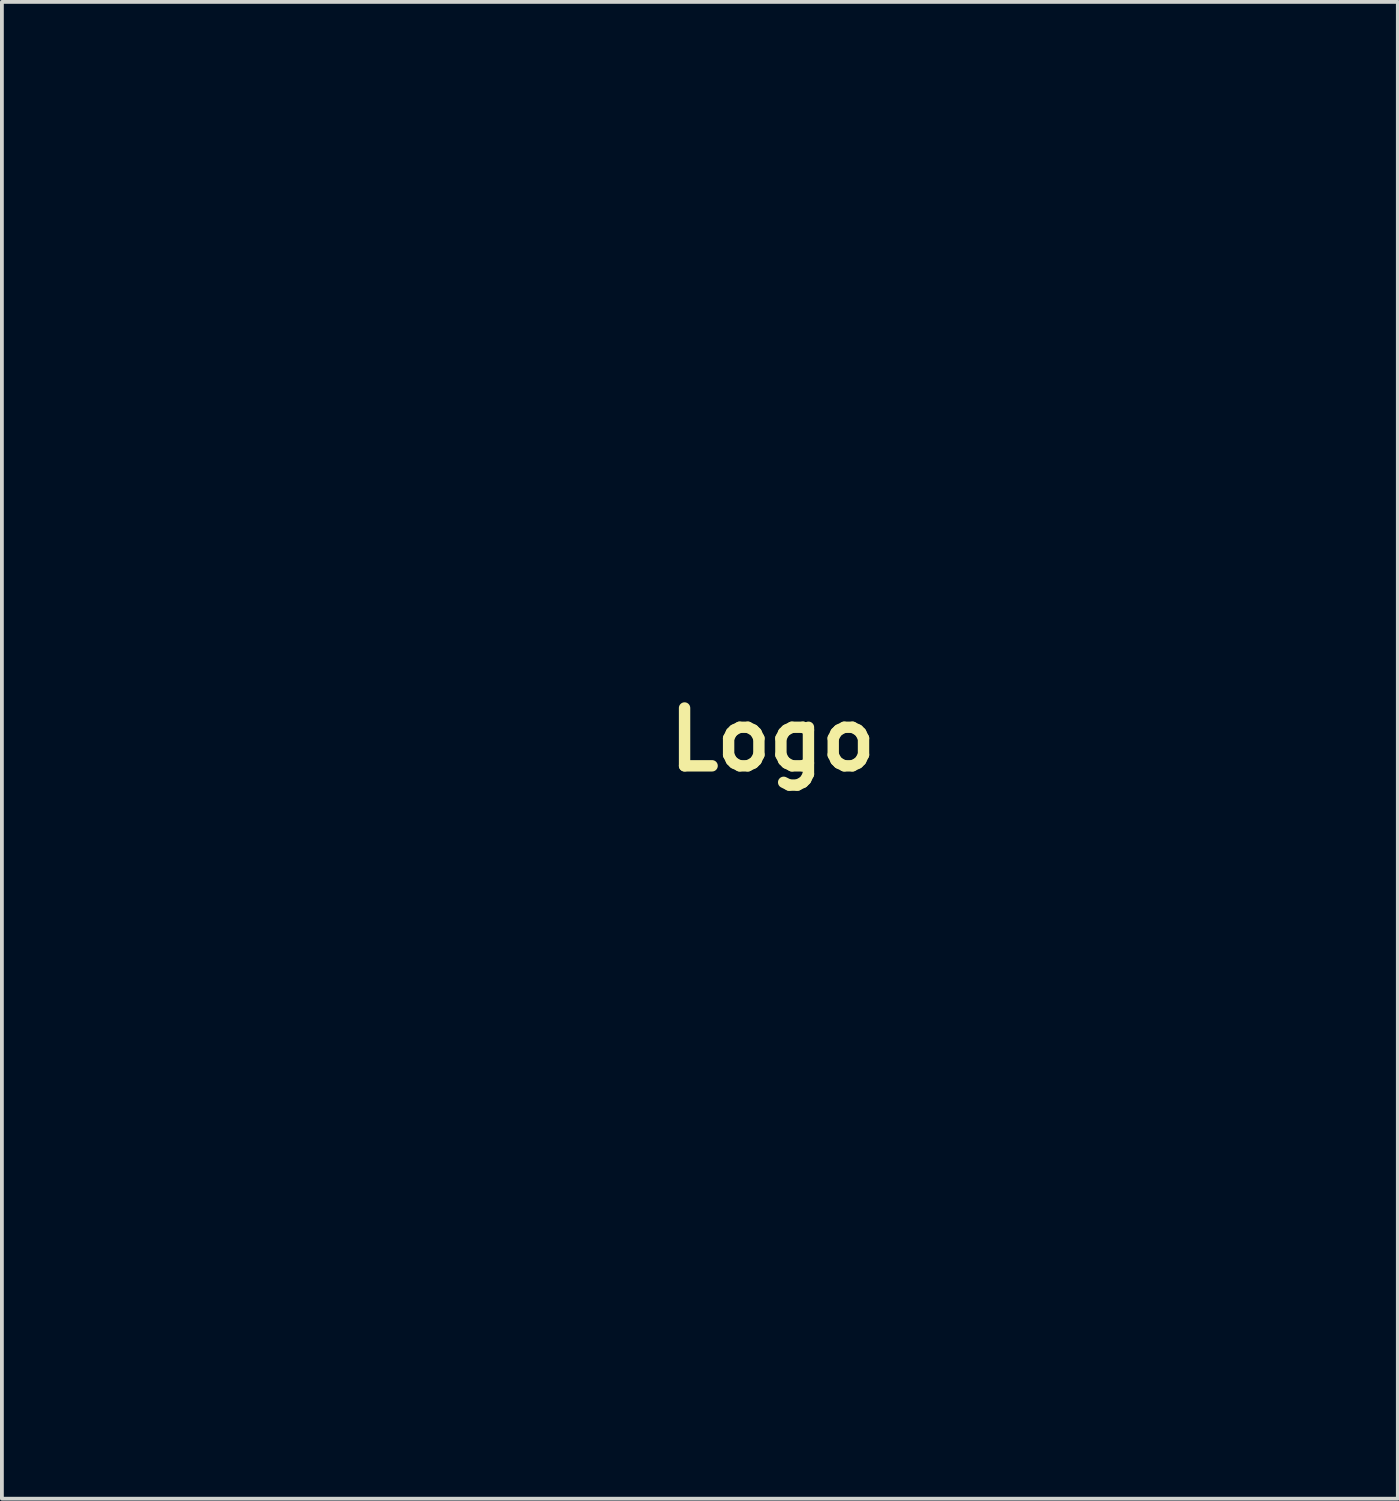
<source format=kicad_pcb>
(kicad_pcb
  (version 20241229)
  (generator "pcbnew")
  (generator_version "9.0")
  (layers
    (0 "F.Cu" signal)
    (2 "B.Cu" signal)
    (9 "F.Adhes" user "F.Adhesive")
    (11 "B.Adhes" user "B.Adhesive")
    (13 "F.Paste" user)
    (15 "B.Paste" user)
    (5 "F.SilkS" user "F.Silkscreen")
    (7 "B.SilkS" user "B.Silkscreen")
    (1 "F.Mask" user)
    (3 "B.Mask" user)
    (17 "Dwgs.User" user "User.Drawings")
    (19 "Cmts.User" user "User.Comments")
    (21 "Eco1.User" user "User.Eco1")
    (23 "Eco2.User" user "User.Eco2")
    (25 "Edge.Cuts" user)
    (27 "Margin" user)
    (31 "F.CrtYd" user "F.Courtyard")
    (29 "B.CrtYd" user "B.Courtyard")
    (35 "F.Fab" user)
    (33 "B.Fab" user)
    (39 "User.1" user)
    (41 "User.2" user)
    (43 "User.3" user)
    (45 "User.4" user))
  (footprint "Logo"
    (layer "F.Cu")
    (at 17.319 16.449)
    (property "Reference" "Logo" (at 0 0 0) (layer "F.SilkS") (effects (font (size 1.524 1.524) (thickness 0.3))))
    (attr through_hole)
    (fp_poly (pts (xy 6.914 -2.187) (xy 6.9 -2.173) (xy 6.886 -2.187) (xy 6.9 -2.201) (xy 6.914 -2.187)) (stroke (width 0.01) (type solid)) (fill no) (layer "Eco1.User"))
    (fp_poly (pts (xy 10.696 12.94) (xy 10.682 12.954) (xy 10.668 12.94) (xy 10.682 12.926) (xy 10.696 12.94)) (stroke (width 0.01) (type solid)) (fill no) (layer "Eco1.User"))
    (fp_poly (pts (xy -3.816 4.248) (xy -3.806 4.28) (xy -3.795 4.354) (xy -3.784 4.454) (xy -3.773 4.566) (xy -3.765 4.675) (xy -3.76 4.767) (xy -3.761 4.826) (xy -3.763 4.837) (xy -3.791 4.866) (xy -3.848 4.904) (xy -3.913 4.94) (xy -3.968 4.963) (xy -3.99 4.964) (xy -4.016 4.956) (xy -4.063 4.942) (xy -4.114 4.91) (xy -4.153 4.842) (xy -4.184 4.731) (xy -4.209 4.573) (xy -4.216 4.5) (xy -4.236 4.301) (xy -4.03 4.271) (xy -3.929 4.258) (xy -3.853 4.249) (xy -3.817 4.248) (xy -3.816 4.248)) (stroke (width 0.01) (type solid)) (fill no) (layer "Eco1.User"))
    (fp_poly (pts (xy 5.903 -2.424) (xy 5.932 -2.399) (xy 5.983 -2.345) (xy 6.063 -2.256) (xy 6.105 -2.209) (xy 6.129 -2.178) (xy 6.131 -2.154) (xy 6.102 -2.129) (xy 6.034 -2.093) (xy 5.971 -2.063) (xy 5.875 -2.02) (xy 5.796 -1.989) (xy 5.75 -1.976) (xy 5.749 -1.976) (xy 5.698 -1.957) (xy 5.678 -1.942) (xy 5.652 -1.927) (xy 5.644 -1.961) (xy 5.644 -1.966) (xy 5.664 -2.028) (xy 5.701 -2.074) (xy 5.744 -2.133) (xy 5.757 -2.18) (xy 5.775 -2.242) (xy 5.822 -2.329) (xy 5.89 -2.425) (xy 5.89 -2.426) (xy 5.903 -2.424)) (stroke (width 0.01) (type solid)) (fill no) (layer "Eco1.User"))
    (fp_poly (pts (xy -5.249 -0.566) (xy -5.231 -0.53) (xy -5.185 -0.47) (xy -5.151 -0.432) (xy -5.093 -0.361) (xy -5.058 -0.3) (xy -5.052 -0.276) (xy -5.039 -0.234) (xy -5.025 -0.226) (xy -4.991 -0.204) (xy -4.968 -0.171) (xy -4.956 -0.095) (xy -4.989 -0.014) (xy -5.06 0.054) (xy -5.089 0.071) (xy -5.169 0.104) (xy -5.227 0.107) (xy -5.288 0.081) (xy -5.29 0.079) (xy -5.345 0.035) (xy -5.412 -0.035) (xy -5.482 -0.121) (xy -5.548 -0.211) (xy -5.599 -0.291) (xy -5.626 -0.35) (xy -5.627 -0.372) (xy -5.591 -0.407) (xy -5.523 -0.456) (xy -5.442 -0.509) (xy -5.365 -0.553) (xy -5.313 -0.577) (xy -5.262 -0.582) (xy -5.249 -0.566)) (stroke (width 0.01) (type solid)) (fill no) (layer "Eco1.User"))
    (fp_poly (pts (xy 1.967 13.085) (xy 2.064 13.158) (xy 2.158 13.281) (xy 2.169 13.299) (xy 2.21 13.381) (xy 2.222 13.46) (xy 2.215 13.539) (xy 2.18 13.685) (xy 2.119 13.831) (xy 2.043 13.951) (xy 2.025 13.971) (xy 1.93 14.044) (xy 1.805 14.103) (xy 1.671 14.141) (xy 1.553 14.148) (xy 1.543 14.147) (xy 1.477 14.119) (xy 1.39 14.059) (xy 1.32 13.997) (xy 1.177 13.86) (xy 1.192 13.674) (xy 1.208 13.56) (xy 1.231 13.474) (xy 1.251 13.439) (xy 1.283 13.396) (xy 1.289 13.376) (xy 1.303 13.343) (xy 1.346 13.287) (xy 1.404 13.224) (xy 1.466 13.167) (xy 1.499 13.142) (xy 1.568 13.11) (xy 1.665 13.079) (xy 1.718 13.068) (xy 1.855 13.057) (xy 1.967 13.085)) (stroke (width 0.01) (type solid)) (fill no) (layer "Eco1.User"))
    (fp_poly (pts (xy 8.992 0.745) (xy 9.003 0.758) (xy 9.026 0.785) (xy 9.054 0.79) (xy 9.129 0.816) (xy 9.201 0.885) (xy 9.261 0.982) (xy 9.301 1.096) (xy 9.313 1.194) (xy 9.287 1.34) (xy 9.213 1.475) (xy 9.103 1.592) (xy 8.965 1.684) (xy 8.808 1.745) (xy 8.643 1.768) (xy 8.53 1.758) (xy 8.457 1.723) (xy 8.376 1.652) (xy 8.303 1.563) (xy 8.251 1.47) (xy 8.241 1.442) (xy 8.217 1.322) (xy 8.218 1.238) (xy 8.241 1.199) (xy 8.265 1.159) (xy 8.269 1.133) (xy 8.29 1.085) (xy 8.346 1.017) (xy 8.424 0.941) (xy 8.511 0.869) (xy 8.597 0.811) (xy 8.602 0.809) (xy 8.675 0.779) (xy 8.767 0.755) (xy 8.86 0.74) (xy 8.94 0.736) (xy 8.992 0.745)) (stroke (width 0.01) (type solid)) (fill no) (layer "Eco1.User"))
    (fp_poly (pts (xy 10.43 4.592) (xy 10.476 4.635) (xy 10.506 4.674) (xy 10.553 4.75) (xy 10.581 4.817) (xy 10.583 4.835) (xy 10.602 4.904) (xy 10.622 4.937) (xy 10.666 5.002) (xy 10.685 5.063) (xy 10.675 5.102) (xy 10.656 5.108) (xy 10.617 5.121) (xy 10.612 5.132) (xy 10.587 5.154) (xy 10.526 5.182) (xy 10.492 5.193) (xy 10.412 5.221) (xy 10.356 5.247) (xy 10.345 5.254) (xy 10.313 5.274) (xy 10.286 5.26) (xy 10.252 5.206) (xy 10.238 5.177) (xy 10.206 5.104) (xy 10.189 5.05) (xy 10.188 5.043) (xy 10.176 4.998) (xy 10.144 4.928) (xy 10.132 4.903) (xy 10.085 4.783) (xy 10.087 4.69) (xy 10.139 4.625) (xy 10.24 4.588) (xy 10.293 4.581) (xy 10.378 4.577) (xy 10.43 4.592)) (stroke (width 0.01) (type solid)) (fill no) (layer "Eco1.User"))
    (fp_poly (pts (xy 11.303 5.637) (xy 11.404 5.659) (xy 11.501 5.696) (xy 11.579 5.741) (xy 11.623 5.787) (xy 11.627 5.803) (xy 11.647 5.847) (xy 11.668 5.868) (xy 11.698 5.916) (xy 11.723 5.994) (xy 11.727 6.016) (xy 11.733 6.107) (xy 11.71 6.195) (xy 11.682 6.256) (xy 11.577 6.401) (xy 11.434 6.505) (xy 11.254 6.568) (xy 11.057 6.588) (xy 10.947 6.586) (xy 10.874 6.573) (xy 10.817 6.546) (xy 10.781 6.519) (xy 10.681 6.409) (xy 10.616 6.279) (xy 10.592 6.144) (xy 10.611 6.025) (xy 10.65 5.955) (xy 10.713 5.875) (xy 10.786 5.797) (xy 10.857 5.735) (xy 10.913 5.703) (xy 10.924 5.701) (xy 10.981 5.69) (xy 11.058 5.665) (xy 11.067 5.661) (xy 11.193 5.634) (xy 11.303 5.637)) (stroke (width 0.01) (type solid)) (fill no) (layer "Eco1.User"))
    (fp_poly (pts (xy -4.331 2.683) (xy -4.33 2.685) (xy -4.294 2.701) (xy -4.227 2.709) (xy -4.218 2.709) (xy -4.153 2.717) (xy -4.121 2.734) (xy -4.12 2.738) (xy -4.098 2.765) (xy -4.085 2.767) (xy -4.046 2.789) (xy -3.994 2.84) (xy -3.979 2.858) (xy -3.941 2.916) (xy -3.919 2.978) (xy -3.91 3.064) (xy -3.909 3.146) (xy -3.916 3.275) (xy -3.944 3.368) (xy -4.003 3.444) (xy -4.102 3.52) (xy -4.132 3.539) (xy -4.2 3.565) (xy -4.307 3.586) (xy -4.434 3.6) (xy -4.562 3.606) (xy -4.675 3.603) (xy -4.729 3.595) (xy -4.787 3.568) (xy -4.858 3.517) (xy -4.876 3.501) (xy -4.926 3.447) (xy -4.958 3.385) (xy -4.98 3.297) (xy -4.99 3.227) (xy -5.001 3.088) (xy -4.986 2.983) (xy -4.937 2.899) (xy -4.847 2.823) (xy -4.736 2.756) (xy -4.649 2.718) (xy -4.549 2.689) (xy -4.452 2.671) (xy -4.374 2.668) (xy -4.331 2.683)) (stroke (width 0.01) (type solid)) (fill no) (layer "Eco1.User"))
    (fp_poly (pts (xy 0.722 12.152) (xy 0.77 12.167) (xy 0.836 12.213) (xy 0.9 12.276) (xy 0.946 12.338) (xy 0.96 12.376) (xy 0.979 12.422) (xy 1.002 12.446) (xy 1.031 12.504) (xy 1.031 12.594) (xy 1.006 12.703) (xy 0.962 12.818) (xy 0.905 12.928) (xy 0.839 13.018) (xy 0.77 13.078) (xy 0.716 13.095) (xy 0.681 13.118) (xy 0.677 13.136) (xy 0.651 13.17) (xy 0.578 13.193) (xy 0.572 13.195) (xy 0.48 13.21) (xy 0.4 13.223) (xy 0.395 13.224) (xy 0.319 13.217) (xy 0.233 13.181) (xy 0.232 13.18) (xy 0.168 13.133) (xy 0.127 13.09) (xy 0.124 13.084) (xy 0.086 13.043) (xy 0.058 13.031) (xy 0.025 12.996) (xy -0.001 12.922) (xy -0.016 12.826) (xy -0.02 12.724) (xy -0.01 12.634) (xy 0.007 12.586) (xy 0.101 12.429) (xy 0.189 12.316) (xy 0.284 12.24) (xy 0.395 12.192) (xy 0.518 12.164) (xy 0.64 12.149) (xy 0.722 12.152)) (stroke (width 0.01) (type solid)) (fill no) (layer "Eco1.User"))
    (fp_poly (pts (xy 3.671 -5.016) (xy 3.691 -5.008) (xy 3.797 -4.951) (xy 3.877 -4.884) (xy 3.919 -4.817) (xy 3.923 -4.795) (xy 3.94 -4.747) (xy 3.957 -4.735) (xy 3.979 -4.7) (xy 3.985 -4.628) (xy 3.977 -4.533) (xy 3.959 -4.431) (xy 3.932 -4.337) (xy 3.901 -4.266) (xy 3.867 -4.234) (xy 3.862 -4.233) (xy 3.839 -4.211) (xy 3.838 -4.201) (xy 3.818 -4.161) (xy 3.771 -4.111) (xy 3.719 -4.073) (xy 3.693 -4.064) (xy 3.657 -4.046) (xy 3.612 -4.008) (xy 3.542 -3.965) (xy 3.474 -3.951) (xy 3.4 -3.947) (xy 3.354 -3.939) (xy 3.301 -3.94) (xy 3.237 -3.956) (xy 3.166 -3.994) (xy 3.086 -4.053) (xy 3.061 -4.074) (xy 3.002 -4.138) (xy 2.968 -4.206) (xy 2.949 -4.302) (xy 2.946 -4.324) (xy 2.939 -4.429) (xy 2.95 -4.511) (xy 2.985 -4.601) (xy 3.001 -4.635) (xy 3.067 -4.75) (xy 3.142 -4.85) (xy 3.216 -4.925) (xy 3.28 -4.964) (xy 3.298 -4.967) (xy 3.339 -4.979) (xy 3.403 -5.008) (xy 3.405 -5.009) (xy 3.491 -5.044) (xy 3.572 -5.046) (xy 3.671 -5.016)) (stroke (width 0.01) (type solid)) (fill no) (layer "Eco1.User"))
    (fp_poly (pts (xy -11.501 -16.437) (xy -11.446 -16.404) (xy -11.44 -16.399) (xy -11.365 -16.36) (xy -11.307 -16.355) (xy -11.207 -16.371) (xy -11.096 -16.379) (xy -10.99 -16.378) (xy -10.907 -16.368) (xy -10.862 -16.351) (xy -10.862 -16.35) (xy -10.815 -16.325) (xy -10.739 -16.313) (xy -10.724 -16.312) (xy -10.639 -16.3) (xy -10.583 -16.27) (xy -10.582 -16.268) (xy -10.522 -16.237) (xy -10.477 -16.241) (xy -10.391 -16.237) (xy -10.338 -16.212) (xy -10.267 -16.183) (xy -10.209 -16.181) (xy -10.141 -16.175) (xy -10.082 -16.142) (xy -9.995 -16.102) (xy -9.944 -16.104) (xy -9.861 -16.099) (xy -9.821 -16.073) (xy -9.745 -16.037) (xy -9.697 -16.041) (xy -9.637 -16.042) (xy -9.573 -16.009) (xy -9.526 -15.971) (xy -9.447 -15.913) (xy -9.381 -15.894) (xy -9.351 -15.897) (xy -9.299 -15.897) (xy -9.243 -15.87) (xy -9.168 -15.81) (xy -9.143 -15.787) (xy -9.057 -15.713) (xy -8.99 -15.676) (xy -8.93 -15.668) (xy -8.926 -15.668) (xy -8.862 -15.66) (xy -8.788 -15.622) (xy -8.698 -15.553) (xy -8.609 -15.483) (xy -8.545 -15.45) (xy -8.494 -15.446) (xy -8.488 -15.447) (xy -8.439 -15.447) (xy -8.381 -15.42) (xy -8.3 -15.357) (xy -8.274 -15.335) (xy -8.187 -15.264) (xy -8.124 -15.228) (xy -8.075 -15.22) (xy -8.058 -15.223) (xy -8.029 -15.224) (xy -7.99 -15.21) (xy -7.937 -15.178) (xy -7.863 -15.121) (xy -7.762 -15.037) (xy -7.627 -14.92) (xy -7.573 -14.872) (xy -7.425 -14.744) (xy -7.313 -14.649) (xy -7.23 -14.583) (xy -7.17 -14.543) (xy -7.127 -14.523) (xy -7.094 -14.518) (xy -7.084 -14.52) (xy -7.057 -14.52) (xy -7.021 -14.507) (xy -6.971 -14.478) (xy -6.903 -14.427) (xy -6.81 -14.351) (xy -6.687 -14.245) (xy -6.53 -14.107) (xy -6.484 -14.067) (xy -6.317 -13.918) (xy -6.188 -13.801) (xy -6.093 -13.711) (xy -6.026 -13.643) (xy -5.984 -13.592) (xy -5.962 -13.554) (xy -5.955 -13.524) (xy -5.955 -13.52) (xy -5.948 -13.483) (xy -5.923 -13.439) (xy -5.873 -13.381) (xy -5.794 -13.303) (xy -5.679 -13.197) (xy -5.632 -13.156) (xy -5.492 -13.031) (xy -5.388 -12.938) (xy -5.316 -12.871) (xy -5.27 -12.824) (xy -5.245 -12.791) (xy -5.235 -12.768) (xy -5.237 -12.747) (xy -5.242 -12.726) (xy -5.24 -12.688) (xy -5.212 -12.64) (xy -5.151 -12.574) (xy -5.07 -12.498) (xy -4.974 -12.407) (xy -4.915 -12.339) (xy -4.888 -12.285) (xy -4.882 -12.249) (xy -4.874 -12.205) (xy -4.845 -12.156) (xy -4.787 -12.093) (xy -4.693 -12.008) (xy -4.657 -11.977) (xy -4.564 -11.896) (xy -4.489 -11.829) (xy -4.441 -11.784) (xy -4.429 -11.769) (xy -4.425 -11.733) (xy -4.421 -11.679) (xy -4.39 -11.602) (xy -4.307 -11.509) (xy -4.282 -11.486) (xy -4.212 -11.42) (xy -4.164 -11.364) (xy -4.149 -11.334) (xy -4.167 -11.306) (xy -4.218 -11.24) (xy -4.299 -11.143) (xy -4.404 -11.018) (xy -4.53 -10.872) (xy -4.672 -10.708) (xy -4.805 -10.557) (xy -4.983 -10.354) (xy -5.127 -10.189) (xy -5.24 -10.057) (xy -5.325 -9.954) (xy -5.387 -9.874) (xy -5.428 -9.814) (xy -5.452 -9.77) (xy -5.463 -9.736) (xy -5.464 -9.723) (xy -5.493 -9.62) (xy -5.552 -9.536) (xy -5.585 -9.499) (xy -5.651 -9.424) (xy -5.749 -9.313) (xy -5.874 -9.172) (xy -6.024 -9.002) (xy -6.195 -8.808) (xy -6.385 -8.594) (xy -6.589 -8.364) (xy -6.804 -8.12) (xy -6.969 -7.933) (xy -7.226 -7.641) (xy -7.449 -7.388) (xy -7.639 -7.172) (xy -7.799 -6.988) (xy -7.931 -6.835) (xy -8.038 -6.71) (xy -8.122 -6.609) (xy -8.185 -6.529) (xy -8.231 -6.468) (xy -8.261 -6.422) (xy -8.278 -6.389) (xy -8.285 -6.366) (xy -8.285 -6.353) (xy -8.285 -6.333) (xy -8.294 -6.305) (xy -8.316 -6.266) (xy -8.353 -6.213) (xy -8.408 -6.142) (xy -8.484 -6.049) (xy -8.583 -5.932) (xy -8.709 -5.786) (xy -8.864 -5.609) (xy -9.052 -5.396) (xy -9.256 -5.165) (xy -9.479 -4.913) (xy -9.666 -4.7) (xy -9.822 -4.522) (xy -9.947 -4.376) (xy -10.046 -4.258) (xy -10.121 -4.165) (xy -10.175 -4.095) (xy -10.21 -4.042) (xy -10.23 -4.005) (xy -10.237 -3.98) (xy -10.237 -3.974) (xy -10.247 -3.914) (xy -10.288 -3.837) (xy -10.368 -3.733) (xy -10.372 -3.728) (xy -10.457 -3.633) (xy -10.52 -3.579) (xy -10.573 -3.563) (xy -10.624 -3.58) (xy -10.651 -3.599) (xy -10.725 -3.626) (xy -10.771 -3.623) (xy -10.831 -3.625) (xy -10.902 -3.665) (xy -10.939 -3.696) (xy -11.015 -3.753) (xy -11.076 -3.772) (xy -11.116 -3.768) (xy -11.177 -3.767) (xy -11.235 -3.8) (xy -11.274 -3.838) (xy -11.348 -3.898) (xy -11.42 -3.918) (xy -11.447 -3.918) (xy -11.526 -3.925) (xy -11.585 -3.951) (xy -11.649 -3.979) (xy -11.714 -3.985) (xy -11.776 -3.993) (xy -11.849 -4.034) (xy -11.934 -4.103) (xy -12.02 -4.173) (xy -12.083 -4.208) (xy -12.137 -4.214) (xy -12.146 -4.213) (xy -12.201 -4.214) (xy -12.264 -4.246) (xy -12.349 -4.313) (xy -12.35 -4.315) (xy -12.453 -4.393) (xy -12.536 -4.428) (xy -12.568 -4.431) (xy -12.653 -4.452) (xy -12.756 -4.518) (xy -12.788 -4.544) (xy -12.892 -4.619) (xy -12.977 -4.653) (xy -13.012 -4.657) (xy -13.059 -4.664) (xy -13.113 -4.689) (xy -13.182 -4.738) (xy -13.276 -4.817) (xy -13.357 -4.889) (xy -13.472 -4.992) (xy -13.556 -5.06) (xy -13.619 -5.101) (xy -13.669 -5.119) (xy -13.703 -5.122) (xy -13.747 -5.129) (xy -13.798 -5.151) (xy -13.864 -5.194) (xy -13.953 -5.265) (xy -14.074 -5.367) (xy -14.111 -5.4) (xy -14.238 -5.509) (xy -14.332 -5.586) (xy -14.399 -5.633) (xy -14.447 -5.657) (xy -14.483 -5.662) (xy -14.497 -5.66) (xy -14.533 -5.658) (xy -14.577 -5.675) (xy -14.638 -5.715) (xy -14.724 -5.783) (xy -14.832 -5.876) (xy -14.946 -5.979) (xy -15.024 -6.054) (xy -15.07 -6.111) (xy -15.094 -6.156) (xy -15.1 -6.195) (xy -15.107 -6.237) (xy -15.132 -6.283) (xy -15.181 -6.34) (xy -15.26 -6.417) (xy -15.368 -6.514) (xy -15.484 -6.618) (xy -15.562 -6.695) (xy -15.609 -6.752) (xy -15.631 -6.797) (xy -15.635 -6.828) (xy -15.644 -6.872) (xy -15.674 -6.922) (xy -15.734 -6.986) (xy -15.829 -7.074) (xy -15.86 -7.101) (xy -15.965 -7.194) (xy -16.032 -7.262) (xy -16.069 -7.314) (xy -16.084 -7.359) (xy -16.086 -7.38) (xy -16.097 -7.439) (xy -16.137 -7.499) (xy -16.213 -7.573) (xy -16.228 -7.586) (xy -16.313 -7.667) (xy -16.357 -7.731) (xy -16.369 -7.785) (xy -16.397 -7.872) (xy -16.468 -7.959) (xy -16.531 -8.033) (xy -16.554 -8.09) (xy -16.552 -8.101) (xy -16.558 -8.154) (xy -16.593 -8.218) (xy -16.594 -8.22) (xy -16.635 -8.292) (xy -16.651 -8.361) (xy -16.671 -8.432) (xy -16.709 -8.482) (xy -16.753 -8.55) (xy -16.752 -8.596) (xy -16.761 -8.667) (xy -16.793 -8.707) (xy -16.837 -8.779) (xy -16.849 -8.846) (xy -16.871 -8.937) (xy -16.907 -8.984) (xy -16.948 -9.043) (xy -16.949 -9.084) (xy -16.954 -9.143) (xy -16.989 -9.207) (xy -17.035 -9.306) (xy -17.055 -9.437) (xy -17.072 -9.559) (xy -17.105 -9.626) (xy -17.111 -9.631) (xy -17.136 -9.665) (xy -17.153 -9.73) (xy -17.165 -9.835) (xy -17.17 -9.915) (xy -17.179 -10.051) (xy -17.195 -10.143) (xy -17.218 -10.201) (xy -17.232 -10.219) (xy -17.265 -10.264) (xy -17.263 -10.304) (xy -17.239 -10.352) (xy -17.211 -10.436) (xy -17.202 -10.55) (xy -17.208 -10.674) (xy -17.23 -10.787) (xy -17.265 -10.87) (xy -17.276 -10.884) (xy -17.314 -10.931) (xy -17.314 -10.969) (xy -17.286 -11.017) (xy -17.262 -11.066) (xy -17.25 -11.13) (xy -17.248 -11.223) (xy -17.253 -11.327) (xy -17.259 -11.46) (xy -17.253 -11.549) (xy -17.237 -11.606) (xy -17.228 -11.621) (xy -17.201 -11.702) (xy -17.199 -11.827) (xy -17.197 -11.957) (xy -17.167 -12.042) (xy -17.14 -12.113) (xy -17.14 -12.168) (xy -17.133 -12.243) (xy -17.102 -12.299) (xy -17.061 -12.385) (xy -17.064 -12.436) (xy -17.058 -12.519) (xy -17.032 -12.559) (xy -16.997 -12.635) (xy -17 -12.682) (xy -16.998 -12.755) (xy -16.975 -12.785) (xy -16.946 -12.836) (xy -16.933 -12.911) (xy -16.933 -12.917) (xy -16.907 -13.029) (xy -16.849 -13.118) (xy -16.791 -13.209) (xy -16.781 -13.279) (xy -16.782 -13.283) (xy -16.778 -13.334) (xy -16.742 -13.404) (xy -16.668 -13.502) (xy -16.668 -13.503) (xy -16.6 -13.589) (xy -16.565 -13.647) (xy -16.558 -13.688) (xy -16.569 -13.72) (xy -16.583 -13.773) (xy -16.557 -13.826) (xy -16.546 -13.839) (xy -16.497 -13.893) (xy -16.428 -13.97) (xy -16.378 -14.026) (xy -16.33 -14.08) (xy -16.25 -14.17) (xy -16.145 -14.288) (xy -16.02 -14.429) (xy -15.882 -14.585) (xy -15.736 -14.749) (xy -15.711 -14.778) (xy -15.551 -14.958) (xy -15.424 -15.099) (xy -15.325 -15.207) (xy -15.249 -15.286) (xy -15.193 -15.338) (xy -15.151 -15.371) (xy -15.12 -15.386) (xy -15.094 -15.389) (xy -15.084 -15.388) (xy -15.037 -15.387) (xy -14.991 -15.409) (xy -14.933 -15.463) (xy -14.881 -15.521) (xy -14.805 -15.602) (xy -14.75 -15.644) (xy -14.706 -15.654) (xy -14.691 -15.652) (xy -14.635 -15.656) (xy -14.571 -15.699) (xy -14.534 -15.735) (xy -14.443 -15.808) (xy -14.364 -15.833) (xy -14.288 -15.853) (xy -14.238 -15.889) (xy -14.171 -15.932) (xy -14.11 -15.946) (xy -14.04 -15.96) (xy -13.998 -15.988) (xy -13.945 -16.02) (xy -13.886 -16.03) (xy -13.809 -16.051) (xy -13.756 -16.089) (xy -13.685 -16.134) (xy -13.636 -16.134) (xy -13.556 -16.146) (xy -13.516 -16.174) (xy -13.44 -16.216) (xy -13.314 -16.236) (xy -13.308 -16.236) (xy -13.201 -16.251) (xy -13.122 -16.278) (xy -13.103 -16.291) (xy -13.083 -16.306) (xy -13.055 -16.319) (xy -13.011 -16.329) (xy -12.946 -16.339) (xy -12.852 -16.348) (xy -12.723 -16.358) (xy -12.55 -16.369) (xy -12.333 -16.382) (xy -12.09 -16.397) (xy -11.898 -16.409) (xy -11.753 -16.42) (xy -11.649 -16.428) (xy -11.581 -16.435) (xy -11.544 -16.441) (xy -11.536 -16.444) (xy -11.501 -16.437)) (stroke (width 0.01) (type solid)) (fill no) (layer "Eco1.User"))
    (fp_poly (pts (xy -1.312 -8.839) (xy -1.249 -8.805) (xy -1.159 -8.765) (xy -1.104 -8.767) (xy -1.025 -8.763) (xy -0.992 -8.74) (xy -0.955 -8.715) (xy -0.889 -8.706) (xy -0.785 -8.711) (xy -0.687 -8.716) (xy -0.624 -8.709) (xy -0.576 -8.684) (xy -0.522 -8.636) (xy -0.455 -8.58) (xy -0.401 -8.562) (xy -0.355 -8.567) (xy -0.297 -8.572) (xy -0.243 -8.546) (xy -0.183 -8.495) (xy -0.116 -8.437) (xy -0.062 -8.417) (xy -0.012 -8.422) (xy 0.046 -8.427) (xy 0.101 -8.401) (xy 0.157 -8.352) (xy 0.23 -8.292) (xy 0.292 -8.273) (xy 0.324 -8.276) (xy 0.377 -8.275) (xy 0.437 -8.248) (xy 0.518 -8.188) (xy 0.545 -8.165) (xy 0.636 -8.093) (xy 0.703 -8.058) (xy 0.757 -8.052) (xy 0.762 -8.053) (xy 0.815 -8.05) (xy 0.879 -8.018) (xy 0.967 -7.951) (xy 0.981 -7.939) (xy 1.072 -7.867) (xy 1.137 -7.832) (xy 1.188 -7.827) (xy 1.195 -7.828) (xy 1.234 -7.828) (xy 1.284 -7.807) (xy 1.354 -7.759) (xy 1.453 -7.679) (xy 1.506 -7.633) (xy 1.618 -7.539) (xy 1.699 -7.479) (xy 1.755 -7.446) (xy 1.798 -7.436) (xy 1.82 -7.439) (xy 1.852 -7.44) (xy 1.892 -7.426) (xy 1.947 -7.39) (xy 2.023 -7.329) (xy 2.128 -7.238) (xy 2.235 -7.142) (xy 2.365 -7.025) (xy 2.462 -6.942) (xy 2.532 -6.887) (xy 2.583 -6.855) (xy 2.624 -6.841) (xy 2.66 -6.84) (xy 2.672 -6.841) (xy 2.705 -6.842) (xy 2.741 -6.834) (xy 2.785 -6.811) (xy 2.845 -6.769) (xy 2.926 -6.704) (xy 3.035 -6.61) (xy 3.179 -6.483) (xy 3.196 -6.468) (xy 3.343 -6.338) (xy 3.489 -6.208) (xy 3.625 -6.088) (xy 3.74 -5.986) (xy 3.823 -5.913) (xy 3.823 -5.913) (xy 3.913 -5.834) (xy 3.988 -5.768) (xy 4.037 -5.724) (xy 4.047 -5.715) (xy 4.078 -5.687) (xy 4.143 -5.629) (xy 4.236 -5.548) (xy 4.347 -5.45) (xy 4.431 -5.376) (xy 4.551 -5.271) (xy 4.657 -5.177) (xy 4.742 -5.103) (xy 4.798 -5.053) (xy 4.815 -5.038) (xy 4.849 -5.007) (xy 4.914 -4.95) (xy 4.999 -4.875) (xy 5.041 -4.838) (xy 5.15 -4.741) (xy 5.289 -4.618) (xy 5.451 -4.475) (xy 5.626 -4.32) (xy 5.807 -4.16) (xy 5.985 -4.001) (xy 6.154 -3.852) (xy 6.304 -3.718) (xy 6.429 -3.608) (xy 6.519 -3.528) (xy 6.519 -3.527) (xy 6.631 -3.429) (xy 6.746 -3.328) (xy 6.845 -3.241) (xy 6.876 -3.214) (xy 6.958 -3.14) (xy 7.002 -3.083) (xy 7.017 -3.031) (xy 7.018 -3.008) (xy 7.02 -2.978) (xy 7.035 -2.944) (xy 7.066 -2.901) (xy 7.118 -2.844) (xy 7.197 -2.767) (xy 7.307 -2.664) (xy 7.453 -2.532) (xy 7.507 -2.484) (xy 7.667 -2.339) (xy 7.789 -2.227) (xy 7.878 -2.141) (xy 7.938 -2.078) (xy 7.974 -2.031) (xy 7.99 -1.997) (xy 7.993 -1.971) (xy 7.995 -1.939) (xy 8.015 -1.9) (xy 8.057 -1.849) (xy 8.127 -1.779) (xy 8.231 -1.684) (xy 8.345 -1.582) (xy 8.482 -1.46) (xy 8.581 -1.368) (xy 8.647 -1.3) (xy 8.687 -1.248) (xy 8.706 -1.208) (xy 8.709 -1.183) (xy 8.725 -1.123) (xy 8.775 -1.054) (xy 8.861 -0.968) (xy 8.942 -0.897) (xy 9.01 -0.84) (xy 9.051 -0.809) (xy 9.052 -0.809) (xy 9.079 -0.762) (xy 9.075 -0.715) (xy 9.073 -0.675) (xy 9.092 -0.63) (xy 9.137 -0.573) (xy 9.213 -0.498) (xy 9.325 -0.399) (xy 9.421 -0.318) (xy 9.494 -0.251) (xy 9.526 -0.2) (xy 9.527 -0.154) (xy 9.527 -0.153) (xy 9.527 -0.115) (xy 9.55 -0.07) (xy 9.603 -0.009) (xy 9.692 0.078) (xy 9.711 0.095) (xy 9.807 0.188) (xy 9.866 0.254) (xy 9.892 0.301) (xy 9.893 0.336) (xy 9.899 0.404) (xy 9.928 0.443) (xy 9.975 0.488) (xy 10.048 0.556) (xy 10.128 0.631) (xy 10.21 0.713) (xy 10.251 0.771) (xy 10.259 0.814) (xy 10.257 0.822) (xy 10.261 0.873) (xy 10.305 0.935) (xy 10.341 0.97) (xy 10.414 1.053) (xy 10.442 1.13) (xy 10.442 1.145) (xy 10.459 1.218) (xy 10.517 1.286) (xy 10.541 1.306) (xy 10.614 1.381) (xy 10.639 1.454) (xy 10.64 1.463) (xy 10.668 1.551) (xy 10.738 1.636) (xy 10.803 1.712) (xy 10.824 1.772) (xy 10.821 1.79) (xy 10.827 1.846) (xy 10.876 1.915) (xy 10.907 1.946) (xy 10.981 2.038) (xy 11.007 2.118) (xy 11.027 2.193) (xy 11.065 2.245) (xy 11.108 2.313) (xy 11.107 2.358) (xy 11.117 2.43) (xy 11.148 2.47) (xy 11.192 2.537) (xy 11.204 2.595) (xy 11.23 2.676) (xy 11.303 2.766) (xy 11.376 2.855) (xy 11.402 2.934) (xy 11.402 2.935) (xy 11.427 3.013) (xy 11.496 3.1) (xy 11.496 3.1) (xy 11.562 3.179) (xy 11.58 3.243) (xy 11.579 3.255) (xy 11.592 3.328) (xy 11.625 3.371) (xy 11.67 3.437) (xy 11.684 3.498) (xy 11.71 3.58) (xy 11.783 3.669) (xy 11.846 3.743) (xy 11.869 3.801) (xy 11.867 3.811) (xy 11.873 3.864) (xy 11.908 3.928) (xy 11.909 3.93) (xy 11.95 4.003) (xy 11.966 4.071) (xy 11.987 4.142) (xy 12.024 4.192) (xy 12.067 4.259) (xy 12.066 4.31) (xy 12.072 4.381) (xy 12.107 4.423) (xy 12.153 4.495) (xy 12.164 4.56) (xy 12.185 4.649) (xy 12.221 4.699) (xy 12.259 4.755) (xy 12.262 4.798) (xy 12.268 4.852) (xy 12.303 4.916) (xy 12.304 4.918) (xy 12.345 4.99) (xy 12.361 5.059) (xy 12.382 5.13) (xy 12.417 5.178) (xy 12.459 5.246) (xy 12.458 5.29) (xy 12.467 5.362) (xy 12.501 5.403) (xy 12.545 5.47) (xy 12.559 5.532) (xy 12.579 5.608) (xy 12.617 5.66) (xy 12.66 5.727) (xy 12.659 5.777) (xy 12.667 5.854) (xy 12.7 5.898) (xy 12.743 5.969) (xy 12.756 6.035) (xy 12.774 6.111) (xy 12.807 6.161) (xy 12.842 6.22) (xy 12.861 6.321) (xy 12.864 6.369) (xy 12.876 6.482) (xy 12.903 6.554) (xy 12.925 6.582) (xy 12.962 6.637) (xy 12.963 6.677) (xy 12.967 6.728) (xy 13 6.793) (xy 13.004 6.798) (xy 13.037 6.862) (xy 13.059 6.951) (xy 13.073 7.081) (xy 13.075 7.109) (xy 13.091 7.261) (xy 13.115 7.358) (xy 13.134 7.391) (xy 13.163 7.449) (xy 13.184 7.543) (xy 13.19 7.601) (xy 13.205 7.707) (xy 13.23 7.788) (xy 13.246 7.813) (xy 13.269 7.858) (xy 13.288 7.94) (xy 13.302 8.067) (xy 13.311 8.186) (xy 13.319 8.322) (xy 13.325 8.443) (xy 13.328 8.536) (xy 13.329 8.58) (xy 13.345 8.654) (xy 13.378 8.707) (xy 13.403 8.747) (xy 13.422 8.811) (xy 13.436 8.908) (xy 13.447 9.051) (xy 13.448 9.059) (xy 13.457 9.201) (xy 13.466 9.339) (xy 13.473 9.452) (xy 13.476 9.497) (xy 13.473 9.618) (xy 13.446 9.701) (xy 13.424 9.753) (xy 13.416 9.831) (xy 13.418 9.949) (xy 13.42 9.997) (xy 13.429 10.134) (xy 13.438 10.276) (xy 13.446 10.392) (xy 13.446 10.398) (xy 13.446 10.526) (xy 13.424 10.612) (xy 13.414 10.631) (xy 13.386 10.699) (xy 13.385 10.75) (xy 13.38 10.811) (xy 13.351 10.877) (xy 13.322 10.94) (xy 13.315 11.018) (xy 13.322 11.098) (xy 13.33 11.196) (xy 13.32 11.26) (xy 13.289 11.314) (xy 13.288 11.314) (xy 13.253 11.385) (xy 13.252 11.436) (xy 13.25 11.497) (xy 13.222 11.561) (xy 13.192 11.633) (xy 13.19 11.693) (xy 13.184 11.764) (xy 13.159 11.805) (xy 13.125 11.874) (xy 13.118 11.944) (xy 13.108 12.027) (xy 13.078 12.082) (xy 13.045 12.157) (xy 13.049 12.2) (xy 13.044 12.281) (xy 13.021 12.33) (xy 12.991 12.401) (xy 12.989 12.458) (xy 12.982 12.514) (xy 12.939 12.588) (xy 12.879 12.661) (xy 12.807 12.749) (xy 12.771 12.818) (xy 12.762 12.881) (xy 12.762 12.888) (xy 12.756 12.952) (xy 12.723 13.017) (xy 12.656 13.099) (xy 12.646 13.11) (xy 12.578 13.189) (xy 12.544 13.247) (xy 12.537 13.298) (xy 12.541 13.322) (xy 12.543 13.361) (xy 12.531 13.403) (xy 12.498 13.458) (xy 12.44 13.533) (xy 12.349 13.639) (xy 12.327 13.665) (xy 12.237 13.767) (xy 12.161 13.852) (xy 12.107 13.914) (xy 12.081 13.941) (xy 12.08 13.942) (xy 12.058 13.966) (xy 12.004 14.027) (xy 11.924 14.117) (xy 11.823 14.231) (xy 11.708 14.363) (xy 11.656 14.422) (xy 11.537 14.558) (xy 11.429 14.68) (xy 11.34 14.781) (xy 11.275 14.855) (xy 11.238 14.896) (xy 11.233 14.901) (xy 11.209 14.927) (xy 11.156 14.986) (xy 11.082 15.068) (xy 11.01 15.149) (xy 10.911 15.256) (xy 10.841 15.323) (xy 10.795 15.354) (xy 10.768 15.354) (xy 10.767 15.353) (xy 10.735 15.336) (xy 10.699 15.341) (xy 10.65 15.374) (xy 10.583 15.439) (xy 10.49 15.542) (xy 10.456 15.581) (xy 10.364 15.685) (xy 10.298 15.751) (xy 10.25 15.785) (xy 10.213 15.794) (xy 10.198 15.792) (xy 10.155 15.793) (xy 10.102 15.823) (xy 10.03 15.888) (xy 9.992 15.927) (xy 9.907 16.011) (xy 9.844 16.056) (xy 9.796 16.068) (xy 9.784 16.066) (xy 9.71 16.079) (xy 9.668 16.113) (xy 9.602 16.157) (xy 9.54 16.171) (xy 9.459 16.197) (xy 9.37 16.27) (xy 9.291 16.337) (xy 9.232 16.355) (xy 9.222 16.353) (xy 9.166 16.361) (xy 9.09 16.418) (xy 9.07 16.437) (xy 8.972 16.514) (xy 8.892 16.538) (xy 8.815 16.557) (xy 8.766 16.591) (xy 8.714 16.626) (xy 8.63 16.643) (xy 8.557 16.647) (xy 8.449 16.656) (xy 8.382 16.679) (xy 8.354 16.703) (xy 8.302 16.738) (xy 8.212 16.756) (xy 8.158 16.759) (xy 8.031 16.775) (xy 7.952 16.813) (xy 7.951 16.814) (xy 7.88 16.853) (xy 7.822 16.866) (xy 7.759 16.868) (xy 7.659 16.871) (xy 7.54 16.876) (xy 7.507 16.877) (xy 7.374 16.885) (xy 7.285 16.899) (xy 7.228 16.923) (xy 7.211 16.936) (xy 7.15 16.967) (xy 7.057 16.989) (xy 6.949 17.003) (xy 6.844 17.005) (xy 6.76 16.995) (xy 6.715 16.973) (xy 6.688 16.954) (xy 6.64 16.944) (xy 6.56 16.942) (xy 6.437 16.948) (xy 6.395 16.95) (xy 6.209 16.962) (xy 6.069 16.969) (xy 5.97 16.973) (xy 5.901 16.972) (xy 5.854 16.967) (xy 5.821 16.958) (xy 5.794 16.943) (xy 5.791 16.941) (xy 5.718 16.913) (xy 5.664 16.909) (xy 5.595 16.9) (xy 5.532 16.871) (xy 5.466 16.843) (xy 5.384 16.84) (xy 5.327 16.847) (xy 5.228 16.855) (xy 5.16 16.841) (xy 5.13 16.824) (xy 5.054 16.794) (xy 4.938 16.786) (xy 4.903 16.788) (xy 4.802 16.789) (xy 4.735 16.776) (xy 4.678 16.743) (xy 4.654 16.723) (xy 4.584 16.67) (xy 4.527 16.649) (xy 4.458 16.649) (xy 4.453 16.649) (xy 4.395 16.638) (xy 4.336 16.609) (xy 4.251 16.578) (xy 4.199 16.581) (xy 4.125 16.578) (xy 4.094 16.554) (xy 4.04 16.522) (xy 3.975 16.51) (xy 3.888 16.494) (xy 3.825 16.465) (xy 3.747 16.436) (xy 3.698 16.439) (xy 3.641 16.438) (xy 3.571 16.397) (xy 3.538 16.369) (xy 3.46 16.311) (xy 3.399 16.293) (xy 3.368 16.297) (xy 3.32 16.298) (xy 3.263 16.274) (xy 3.186 16.217) (xy 3.145 16.183) (xy 3.053 16.11) (xy 2.988 16.073) (xy 2.938 16.066) (xy 2.928 16.068) (xy 2.865 16.065) (xy 2.785 16.02) (xy 2.757 15.999) (xy 2.672 15.941) (xy 2.605 15.925) (xy 2.584 15.929) (xy 2.536 15.929) (xy 2.478 15.901) (xy 2.399 15.839) (xy 2.373 15.815) (xy 2.33 15.779) (xy 5.761 15.779) (xy 5.765 15.824) (xy 5.773 15.848) (xy 5.786 15.859) (xy 5.804 15.861) (xy 5.808 15.861) (xy 5.87 15.878) (xy 5.892 15.894) (xy 5.929 15.91) (xy 5.976 15.881) (xy 5.978 15.88) (xy 6.011 15.833) (xy 6.025 15.762) (xy 6.025 15.684) (xy 6.026 15.593) (xy 6.037 15.524) (xy 6.047 15.501) (xy 6.064 15.446) (xy 6.061 15.416) (xy 6.074 15.366) (xy 6.136 15.302) (xy 6.169 15.275) (xy 6.29 15.184) (xy 6.355 15.318) (xy 6.395 15.396) (xy 6.427 15.451) (xy 6.439 15.466) (xy 6.466 15.501) (xy 6.511 15.572) (xy 6.563 15.663) (xy 6.614 15.76) (xy 6.622 15.776) (xy 6.67 15.856) (xy 6.728 15.909) (xy 6.816 15.949) (xy 6.858 15.964) (xy 6.938 15.989) (xy 6.979 15.997) (xy 6.998 15.987) (xy 7.006 15.967) (xy 7.001 15.921) (xy 6.974 15.852) (xy 6.964 15.833) (xy 6.894 15.709) (xy 6.834 15.61) (xy 6.79 15.544) (xy 6.772 15.522) (xy 6.749 15.487) (xy 6.733 15.445) (xy 6.708 15.395) (xy 6.687 15.381) (xy 6.661 15.361) (xy 6.66 15.356) (xy 6.646 15.321) (xy 6.607 15.254) (xy 6.561 15.182) (xy 6.512 15.102) (xy 6.485 15.042) (xy 6.483 15.014) (xy 6.616 14.901) (xy 6.734 14.805) (xy 6.831 14.732) (xy 6.899 14.687) (xy 6.928 14.676) (xy 6.961 14.697) (xy 7.019 14.753) (xy 7.093 14.837) (xy 7.151 14.908) (xy 7.234 15.013) (xy 7.31 15.108) (xy 7.369 15.179) (xy 7.393 15.207) (xy 7.426 15.259) (xy 7.454 15.34) (xy 7.478 15.462) (xy 7.493 15.559) (xy 7.511 15.683) (xy 7.524 15.788) (xy 7.533 15.859) (xy 7.535 15.882) (xy 7.562 15.907) (xy 7.641 15.917) (xy 7.662 15.917) (xy 7.739 15.911) (xy 7.784 15.896) (xy 7.789 15.887) (xy 7.786 15.848) (xy 7.777 15.766) (xy 7.765 15.657) (xy 7.757 15.593) (xy 7.724 15.328) (xy 7.887 15.002) (xy 7.948 14.88) (xy 8.001 14.779) (xy 8.041 14.708) (xy 8.062 14.676) (xy 8.063 14.676) (xy 8.09 14.692) (xy 8.152 14.735) (xy 8.242 14.8) (xy 8.351 14.88) (xy 8.37 14.894) (xy 8.494 14.989) (xy 8.578 15.058) (xy 8.63 15.11) (xy 8.656 15.152) (xy 8.663 15.189) (xy 8.678 15.265) (xy 8.713 15.35) (xy 8.718 15.358) (xy 8.76 15.448) (xy 8.789 15.537) (xy 8.79 15.541) (xy 8.821 15.631) (xy 8.869 15.671) (xy 8.944 15.665) (xy 8.971 15.656) (xy 9.029 15.63) (xy 9.051 15.597) (xy 9.048 15.536) (xy 9.044 15.508) (xy 9.022 15.414) (xy 8.994 15.329) (xy 8.989 15.319) (xy 8.946 15.213) (xy 8.915 15.104) (xy 8.9 15.008) (xy 8.904 14.941) (xy 8.913 14.924) (xy 8.937 14.873) (xy 8.946 14.803) (xy 8.954 14.732) (xy 8.972 14.688) (xy 8.99 14.647) (xy 9.013 14.57) (xy 9.026 14.506) (xy 9.054 14.365) (xy 9.074 14.268) (xy 9.091 14.203) (xy 9.106 14.156) (xy 9.123 14.118) (xy 9.123 14.118) (xy 9.136 14.054) (xy 9.114 14.011) (xy 9.067 14.003) (xy 9.054 14.008) (xy 8.93 14.082) (xy 8.858 14.164) (xy 8.834 14.257) (xy 8.834 14.258) (xy 8.824 14.32) (xy 8.805 14.351) (xy 8.787 14.388) (xy 8.778 14.458) (xy 8.777 14.479) (xy 8.769 14.56) (xy 8.748 14.65) (xy 8.719 14.735) (xy 8.689 14.796) (xy 8.665 14.817) (xy 8.632 14.799) (xy 8.581 14.755) (xy 8.576 14.751) (xy 8.514 14.698) (xy 8.428 14.632) (xy 8.373 14.593) (xy 8.294 14.531) (xy 8.233 14.468) (xy 8.212 14.433) (xy 8.164 14.379) (xy 8.077 14.365) (xy 7.954 14.39) (xy 7.932 14.397) (xy 7.87 14.427) (xy 7.853 14.464) (xy 7.856 14.486) (xy 7.851 14.552) (xy 7.816 14.621) (xy 7.778 14.682) (xy 7.761 14.724) (xy 7.761 14.726) (xy 7.749 14.76) (xy 7.719 14.825) (xy 7.679 14.904) (xy 7.639 14.98) (xy 7.607 15.033) (xy 7.605 15.036) (xy 7.577 15.038) (xy 7.537 15.013) (xy 7.509 14.979) (xy 7.507 14.968) (xy 7.484 14.924) (xy 7.465 14.912) (xy 7.427 14.876) (xy 7.422 14.856) (xy 7.404 14.817) (xy 7.356 14.753) (xy 7.293 14.683) (xy 7.221 14.604) (xy 7.165 14.531) (xy 7.139 14.486) (xy 7.119 14.45) (xy 7.086 14.435) (xy 7.023 14.435) (xy 6.967 14.441) (xy 6.883 14.455) (xy 6.807 14.48) (xy 6.729 14.521) (xy 6.639 14.584) (xy 6.529 14.675) (xy 6.39 14.8) (xy 6.368 14.82) (xy 6.278 14.899) (xy 6.196 14.966) (xy 6.136 15.008) (xy 6.127 15.014) (xy 6.059 15.049) (xy 6.081 14.926) (xy 6.095 14.814) (xy 6.099 14.698) (xy 6.099 14.681) (xy 6.104 14.59) (xy 6.121 14.515) (xy 6.127 14.501) (xy 6.143 14.452) (xy 6.119 14.412) (xy 6.092 14.39) (xy 6.023 14.346) (xy 5.968 14.344) (xy 5.915 14.374) (xy 5.898 14.393) (xy 5.883 14.429) (xy 5.87 14.487) (xy 5.856 14.575) (xy 5.842 14.7) (xy 5.827 14.869) (xy 5.812 15.044) (xy 5.792 15.28) (xy 5.777 15.465) (xy 5.767 15.606) (xy 5.762 15.709) (xy 5.761 15.779) (xy 2.33 15.779) (xy 2.288 15.744) (xy 2.227 15.707) (xy 2.178 15.7) (xy 2.16 15.703) (xy 2.118 15.704) (xy 2.068 15.684) (xy 1.999 15.636) (xy 1.9 15.554) (xy 1.894 15.55) (xy 1.794 15.466) (xy 1.724 15.417) (xy 1.673 15.395) (xy 1.63 15.396) (xy 1.628 15.396) (xy 1.595 15.398) (xy 1.554 15.383) (xy 1.497 15.346) (xy 1.418 15.284) (xy 1.327 15.205) (xy 3.421 15.205) (xy 3.447 15.257) (xy 3.457 15.268) (xy 3.52 15.311) (xy 3.588 15.323) (xy 3.641 15.302) (xy 3.658 15.275) (xy 3.685 15.206) (xy 3.699 15.177) (xy 3.722 15.106) (xy 3.725 15.073) (xy 3.727 15.067) (xy 4.455 15.067) (xy 4.462 15.189) (xy 4.474 15.285) (xy 4.495 15.369) (xy 4.5 15.384) (xy 4.554 15.465) (xy 4.647 15.552) (xy 4.762 15.636) (xy 4.884 15.704) (xy 4.997 15.747) (xy 5.041 15.755) (xy 5.163 15.767) (xy 5.248 15.768) (xy 5.313 15.758) (xy 5.378 15.735) (xy 5.425 15.713) (xy 5.549 15.624) (xy 5.631 15.504) (xy 5.666 15.36) (xy 5.662 15.275) (xy 5.622 15.135) (xy 5.54 15.029) (xy 5.447 14.965) (xy 5.367 14.921) (xy 5.299 14.885) (xy 5.292 14.88) (xy 5.225 14.849) (xy 5.144 14.816) (xy 5.144 14.816) (xy 5.07 14.776) (xy 4.993 14.717) (xy 4.927 14.652) (xy 4.888 14.595) (xy 4.882 14.575) (xy 4.899 14.531) (xy 4.935 14.475) (xy 4.979 14.433) (xy 5.036 14.414) (xy 5.127 14.41) (xy 5.131 14.41) (xy 5.282 14.424) (xy 5.387 14.464) (xy 5.452 14.532) (xy 5.483 14.635) (xy 5.487 14.672) (xy 5.517 14.739) (xy 5.567 14.778) (xy 5.626 14.802) (xy 5.666 14.792) (xy 5.697 14.764) (xy 5.727 14.726) (xy 5.738 14.681) (xy 5.73 14.61) (xy 5.721 14.561) (xy 5.689 14.448) (xy 5.637 14.363) (xy 5.553 14.29) (xy 5.481 14.245) (xy 5.414 14.213) (xy 5.338 14.194) (xy 5.236 14.185) (xy 5.131 14.183) (xy 5.012 14.183) (xy 4.934 14.189) (xy 4.88 14.203) (xy 4.837 14.231) (xy 4.789 14.275) (xy 4.703 14.389) (xy 4.646 14.525) (xy 4.628 14.64) (xy 4.645 14.701) (xy 4.686 14.77) (xy 4.688 14.771) (xy 4.742 14.826) (xy 4.823 14.89) (xy 4.915 14.954) (xy 5.002 15.006) (xy 5.07 15.038) (xy 5.092 15.042) (xy 5.134 15.055) (xy 5.141 15.064) (xy 5.17 15.089) (xy 5.231 15.128) (xy 5.263 15.147) (xy 5.357 15.221) (xy 5.404 15.309) (xy 5.399 15.402) (xy 5.376 15.449) (xy 5.311 15.5) (xy 5.209 15.528) (xy 5.086 15.529) (xy 4.956 15.504) (xy 4.948 15.501) (xy 4.857 15.464) (xy 4.799 15.418) (xy 4.761 15.347) (xy 4.731 15.235) (xy 4.731 15.234) (xy 4.698 15.085) (xy 4.576 15.076) (xy 4.455 15.067) (xy 3.727 15.067) (xy 3.738 15.019) (xy 3.754 15) (xy 3.776 14.961) (xy 3.782 14.915) (xy 3.792 14.856) (xy 3.81 14.831) (xy 3.832 14.792) (xy 3.838 14.746) (xy 3.849 14.687) (xy 3.866 14.661) (xy 3.888 14.622) (xy 3.895 14.577) (xy 3.905 14.518) (xy 3.923 14.492) (xy 3.947 14.452) (xy 3.951 14.42) (xy 3.962 14.375) (xy 3.976 14.365) (xy 3.996 14.34) (xy 4.015 14.279) (xy 4.018 14.259) (xy 4.035 14.168) (xy 4.051 14.088) (xy 4.052 14.083) (xy 4.073 13.977) (xy 4.071 13.912) (xy 4.042 13.876) (xy 3.982 13.857) (xy 3.973 13.855) (xy 3.892 13.846) (xy 3.852 13.859) (xy 3.839 13.901) (xy 3.838 13.931) (xy 3.827 13.989) (xy 3.81 14.012) (xy 3.788 14.051) (xy 3.782 14.097) (xy 3.771 14.156) (xy 3.754 14.182) (xy 3.732 14.221) (xy 3.725 14.266) (xy 3.715 14.325) (xy 3.697 14.351) (xy 3.674 14.391) (xy 3.669 14.426) (xy 3.66 14.475) (xy 3.636 14.564) (xy 3.602 14.678) (xy 3.562 14.805) (xy 3.52 14.93) (xy 3.481 15.041) (xy 3.449 15.123) (xy 3.437 15.148) (xy 3.421 15.205) (xy 1.327 15.205) (xy 1.308 15.19) (xy 1.24 15.129) (xy 1.127 15.03) (xy 1.027 14.946) (xy 0.948 14.884) (xy 0.9 14.849) (xy 0.889 14.845) (xy 0.843 14.863) (xy 0.825 14.877) (xy 0.803 14.881) (xy 0.761 14.862) (xy 0.696 14.816) (xy 0.604 14.741) (xy 0.481 14.633) (xy 0.322 14.489) (xy 0.294 14.464) (xy 0.259 14.433) (xy 0.194 14.376) (xy 0.111 14.303) (xy 0.085 14.28) (xy -0.002 14.205) (xy -0.073 14.143) (xy -0.118 14.103) (xy -0.125 14.097) (xy -0.157 14.068) (xy -0.223 14.01) (xy -0.31 13.932) (xy -0.395 13.857) (xy -0.397 13.855) (xy 0.923 13.855) (xy 1.032 13.99) (xy 1.131 14.106) (xy 1.23 14.206) (xy 1.318 14.283) (xy 1.387 14.328) (xy 1.417 14.336) (xy 1.467 14.351) (xy 1.481 14.365) (xy 1.521 14.38) (xy 1.607 14.381) (xy 1.73 14.369) (xy 1.85 14.349) (xy 1.93 14.322) (xy 2.025 14.271) (xy 2.118 14.208) (xy 2.194 14.144) (xy 2.236 14.089) (xy 2.239 14.083) (xy 2.249 14.059) (xy 2.255 14.088) (xy 2.243 14.139) (xy 2.23 14.153) (xy 2.206 14.193) (xy 2.201 14.225) (xy 2.188 14.284) (xy 2.155 14.361) (xy 2.145 14.379) (xy 2.108 14.457) (xy 2.089 14.523) (xy 2.088 14.534) (xy 2.075 14.587) (xy 2.06 14.605) (xy 2.04 14.643) (xy 2.032 14.705) (xy 2.052 14.776) (xy 2.104 14.81) (xy 2.175 14.804) (xy 2.245 14.759) (xy 2.293 14.705) (xy 2.314 14.664) (xy 2.314 14.662) (xy 2.324 14.602) (xy 2.348 14.515) (xy 2.379 14.423) (xy 2.411 14.344) (xy 2.435 14.303) (xy 2.466 14.246) (xy 2.477 14.2) (xy 2.494 14.126) (xy 2.523 14.044) (xy 2.556 13.965) (xy 2.581 13.899) (xy 2.598 13.86) (xy 2.617 13.867) (xy 2.641 13.899) (xy 2.668 13.957) (xy 2.667 13.994) (xy 2.668 14.049) (xy 2.676 14.065) (xy 2.693 14.108) (xy 2.716 14.192) (xy 2.741 14.306) (xy 2.767 14.435) (xy 2.79 14.567) (xy 2.807 14.676) (xy 2.834 14.828) (xy 2.873 14.96) (xy 2.918 15.061) (xy 2.966 15.118) (xy 2.973 15.122) (xy 3.058 15.149) (xy 3.132 15.148) (xy 3.176 15.121) (xy 3.178 15.115) (xy 3.197 15.053) (xy 3.2 15.038) (xy 3.215 14.992) (xy 3.247 14.916) (xy 3.268 14.869) (xy 3.316 14.757) (xy 3.362 14.635) (xy 3.374 14.601) (xy 3.409 14.501) (xy 3.444 14.409) (xy 3.457 14.379) (xy 3.5 14.277) (xy 3.548 14.157) (xy 3.592 14.037) (xy 3.628 13.933) (xy 3.649 13.862) (xy 3.651 13.857) (xy 3.648 13.793) (xy 3.601 13.739) (xy 3.592 13.732) (xy 3.519 13.678) (xy 3.453 13.761) (xy 3.409 13.826) (xy 3.387 13.881) (xy 3.387 13.887) (xy 3.373 13.943) (xy 3.364 13.957) (xy 3.342 14) (xy 3.314 14.072) (xy 3.306 14.097) (xy 3.275 14.188) (xy 3.245 14.269) (xy 3.24 14.28) (xy 3.205 14.365) (xy 3.182 14.422) (xy 3.151 14.495) (xy 3.129 14.541) (xy 3.108 14.605) (xy 3.104 14.633) (xy 3.097 14.676) (xy 3.078 14.673) (xy 3.057 14.634) (xy 3.039 14.567) (xy 3.037 14.556) (xy 3.021 14.448) (xy 3.008 14.382) (xy 2.996 14.341) (xy 2.983 14.318) (xy 2.969 14.276) (xy 2.947 14.191) (xy 2.922 14.077) (xy 2.895 13.947) (xy 2.869 13.812) (xy 2.848 13.687) (xy 2.841 13.645) (xy 11.515 13.645) (xy 11.529 13.66) (xy 11.543 13.645) (xy 11.529 13.631) (xy 11.515 13.645) (xy 2.841 13.645) (xy 2.837 13.617) (xy 2.804 13.492) (xy 2.743 13.412) (xy 2.651 13.374) (xy 2.62 13.371) (xy 2.556 13.372) (xy 2.52 13.4) (xy 2.493 13.462) (xy 2.47 13.524) (xy 2.46 13.536) (xy 2.457 13.501) (xy 2.457 13.479) (xy 2.426 13.301) (xy 2.341 13.136) (xy 2.258 13.039) (xy 2.143 12.934) (xy 2.132 12.926) (xy 10.185 12.926) (xy 10.185 12.948) (xy 10.22 12.979) (xy 10.286 13.02) (xy 10.369 13.065) (xy 10.452 13.105) (xy 10.519 13.132) (xy 10.555 13.138) (xy 10.555 13.138) (xy 10.582 13.147) (xy 10.594 13.166) (xy 10.632 13.199) (xy 10.674 13.209) (xy 10.743 13.226) (xy 10.809 13.264) (xy 10.872 13.304) (xy 10.922 13.321) (xy 10.973 13.338) (xy 11.035 13.377) (xy 11.103 13.418) (xy 11.162 13.436) (xy 11.217 13.451) (xy 11.299 13.487) (xy 11.359 13.518) (xy 11.45 13.568) (xy 11.504 13.592) (xy 11.538 13.592) (xy 11.564 13.568) (xy 11.584 13.54) (xy 11.623 13.464) (xy 11.616 13.404) (xy 11.559 13.352) (xy 11.493 13.319) (xy 11.316 13.238) (xy 11.158 13.166) (xy 11.028 13.106) (xy 10.935 13.062) (xy 10.887 13.038) (xy 10.824 13.014) (xy 10.795 13.01) (xy 10.758 12.997) (xy 10.753 12.985) (xy 10.777 12.963) (xy 10.837 12.948) (xy 10.912 12.943) (xy 10.979 12.95) (xy 10.994 12.955) (xy 11.045 12.965) (xy 11.138 12.976) (xy 11.26 12.986) (xy 11.38 12.993) (xy 11.513 13.001) (xy 11.627 13.01) (xy 11.709 13.018) (xy 11.745 13.024) (xy 11.803 13.018) (xy 11.855 12.969) (xy 11.887 12.891) (xy 11.888 12.889) (xy 11.889 12.858) (xy 11.88 12.824) (xy 11.853 12.78) (xy 11.805 12.721) (xy 11.73 12.64) (xy 11.623 12.53) (xy 11.524 12.43) (xy 11.38 12.283) (xy 11.278 12.173) (xy 11.217 12.097) (xy 11.197 12.056) (xy 11.218 12.049) (xy 11.277 12.074) (xy 11.282 12.077) (xy 11.343 12.105) (xy 11.421 12.136) (xy 11.423 12.137) (xy 11.484 12.166) (xy 11.514 12.193) (xy 11.515 12.195) (xy 11.538 12.216) (xy 11.569 12.22) (xy 11.634 12.239) (xy 11.666 12.263) (xy 11.728 12.298) (xy 11.767 12.305) (xy 11.814 12.314) (xy 11.825 12.326) (xy 11.849 12.351) (xy 11.907 12.382) (xy 11.98 12.41) (xy 12.031 12.423) (xy 12.084 12.406) (xy 12.129 12.355) (xy 12.157 12.301) (xy 12.154 12.262) (xy 12.114 12.213) (xy 12.108 12.207) (xy 12.044 12.158) (xy 11.979 12.136) (xy 11.975 12.136) (xy 11.925 12.125) (xy 11.91 12.107) (xy 11.887 12.081) (xy 11.873 12.079) (xy 11.82 12.068) (xy 11.756 12.041) (xy 11.703 12.01) (xy 11.684 11.987) (xy 11.661 11.968) (xy 11.645 11.966) (xy 11.6 11.954) (xy 11.524 11.921) (xy 11.444 11.882) (xy 11.353 11.837) (xy 11.277 11.806) (xy 11.237 11.796) (xy 11.182 11.779) (xy 11.12 11.74) (xy 11.055 11.701) (xy 11.001 11.685) (xy 10.95 11.669) (xy 10.936 11.656) (xy 10.898 11.635) (xy 10.836 11.628) (xy 10.776 11.636) (xy 10.754 11.669) (xy 10.753 11.696) (xy 10.742 11.756) (xy 10.724 11.783) (xy 10.697 11.825) (xy 10.716 11.89) (xy 10.782 11.982) (xy 10.837 12.043) (xy 10.907 12.119) (xy 10.957 12.181) (xy 10.978 12.218) (xy 10.978 12.219) (xy 11 12.247) (xy 11.01 12.248) (xy 11.038 12.267) (xy 11.094 12.316) (xy 11.169 12.386) (xy 11.254 12.469) (xy 11.339 12.555) (xy 11.415 12.634) (xy 11.474 12.698) (xy 11.505 12.738) (xy 11.507 12.745) (xy 11.472 12.752) (xy 11.393 12.755) (xy 11.283 12.753) (xy 11.155 12.746) (xy 11.077 12.74) (xy 10.944 12.73) (xy 10.802 12.721) (xy 10.71 12.716) (xy 10.598 12.707) (xy 10.493 12.695) (xy 10.442 12.687) (xy 10.383 12.679) (xy 10.341 12.691) (xy 10.299 12.733) (xy 10.255 12.793) (xy 10.209 12.867) (xy 10.185 12.926) (xy 2.132 12.926) (xy 2.052 12.87) (xy 1.977 12.843) (xy 1.953 12.841) (xy 1.894 12.827) (xy 1.874 12.813) (xy 1.831 12.802) (xy 1.752 12.805) (xy 1.655 12.818) (xy 1.558 12.839) (xy 1.477 12.865) (xy 1.437 12.887) (xy 1.39 12.919) (xy 1.368 12.926) (xy 1.336 12.945) (xy 1.28 12.995) (xy 1.214 13.062) (xy 1.148 13.133) (xy 1.097 13.194) (xy 1.073 13.233) (xy 1.072 13.237) (xy 1.058 13.285) (xy 1.025 13.349) (xy 0.989 13.399) (xy 0.981 13.407) (xy 0.969 13.441) (xy 0.955 13.516) (xy 0.943 13.618) (xy 0.941 13.639) (xy 0.923 13.855) (xy -0.397 13.855) (xy -0.505 13.759) (xy -0.613 13.664) (xy -0.703 13.584) (xy -0.748 13.544) (xy -0.805 13.492) (xy -0.896 13.412) (xy -1.011 13.31) (xy -1.141 13.195) (xy -1.27 13.082) (xy -1.405 12.963) (xy -1.532 12.851) (xy -1.643 12.753) (xy -1.645 12.751) (xy -0.276 12.751) (xy -0.27 12.806) (xy -0.248 12.925) (xy -0.219 13.02) (xy -0.188 13.08) (xy -0.166 13.095) (xy -0.143 13.117) (xy -0.141 13.128) (xy -0.12 13.17) (xy -0.065 13.23) (xy 0.009 13.295) (xy 0.089 13.354) (xy 0.153 13.391) (xy 0.321 13.441) (xy 0.505 13.453) (xy 0.683 13.426) (xy 0.777 13.391) (xy 0.857 13.339) (xy 0.948 13.262) (xy 1.012 13.195) (xy 1.096 13.09) (xy 1.162 12.992) (xy 1.226 12.875) (xy 1.246 12.834) (xy 1.27 12.736) (xy 1.271 12.607) (xy 1.251 12.465) (xy 1.213 12.33) (xy 1.161 12.219) (xy 1.125 12.172) (xy 1.023 12.074) (xy 0.951 12.016) (xy 0.907 11.995) (xy 0.903 11.994) (xy 0.876 11.973) (xy 0.875 11.966) (xy 0.852 11.942) (xy 0.824 11.938) (xy 0.764 11.922) (xy 0.743 11.908) (xy 0.693 11.891) (xy 0.605 11.891) (xy 0.495 11.905) (xy 0.378 11.931) (xy 0.271 11.965) (xy 0.187 12.006) (xy 0.175 12.014) (xy 0.084 12.087) (xy -0.006 12.17) (xy -0.085 12.253) (xy -0.143 12.324) (xy -0.169 12.372) (xy -0.169 12.377) (xy -0.181 12.426) (xy -0.21 12.502) (xy -0.229 12.545) (xy -0.268 12.651) (xy -0.276 12.751) (xy -1.645 12.751) (xy -1.728 12.678) (xy -1.778 12.633) (xy -1.841 12.577) (xy -1.932 12.496) (xy -2.038 12.402) (xy -2.116 12.333) (xy -2.175 12.281) (xy -1.066 12.281) (xy -1.058 12.329) (xy -1.016 12.383) (xy -1.015 12.384) (xy -0.966 12.43) (xy -0.927 12.44) (xy -0.881 12.411) (xy -0.824 12.354) (xy -0.765 12.291) (xy -0.682 12.202) (xy -0.591 12.103) (xy -0.559 12.067) (xy -0.409 11.905) (xy -0.279 11.768) (xy -0.172 11.66) (xy -0.093 11.585) (xy -0.046 11.547) (xy -0.036 11.543) (xy -0.004 11.56) (xy 0.056 11.607) (xy 0.135 11.673) (xy 0.149 11.686) (xy 0.309 11.829) (xy 0.38 11.777) (xy 0.43 11.73) (xy 0.451 11.69) (xy 0.432 11.656) (xy 0.383 11.596) (xy 0.316 11.523) (xy 0.244 11.45) (xy 0.243 11.449) (xy 10.809 11.449) (xy 10.814 11.51) (xy 10.839 11.54) (xy 10.901 11.557) (xy 10.923 11.56) (xy 10.998 11.577) (xy 11.046 11.597) (xy 11.051 11.603) (xy 11.089 11.624) (xy 11.117 11.628) (xy 11.168 11.636) (xy 11.257 11.658) (xy 11.367 11.689) (xy 11.482 11.723) (xy 11.586 11.757) (xy 11.664 11.786) (xy 11.691 11.798) (xy 11.758 11.82) (xy 11.809 11.825) (xy 11.869 11.835) (xy 11.896 11.853) (xy 11.934 11.874) (xy 11.996 11.882) (xy 12.055 11.89) (xy 12.079 11.91) (xy 12.104 11.928) (xy 12.165 11.938) (xy 12.178 11.938) (xy 12.244 11.933) (xy 12.271 11.909) (xy 12.277 11.853) (xy 12.285 11.794) (xy 12.305 11.769) (xy 12.305 11.769) (xy 12.332 11.747) (xy 12.333 11.74) (xy 12.31 11.715) (xy 12.291 11.712) (xy 12.253 11.696) (xy 12.248 11.682) (xy 12.225 11.661) (xy 12.185 11.658) (xy 12.114 11.657) (xy 12.079 11.65) (xy 12.029 11.633) (xy 11.948 11.605) (xy 11.896 11.586) (xy 11.8 11.554) (xy 11.715 11.529) (xy 11.684 11.522) (xy 11.619 11.503) (xy 11.585 11.486) (xy 11.544 11.469) (xy 11.467 11.445) (xy 11.402 11.428) (xy 11.312 11.404) (xy 11.244 11.381) (xy 11.22 11.368) (xy 11.172 11.35) (xy 11.13 11.345) (xy 11.072 11.334) (xy 11.049 11.317) (xy 11.007 11.294) (xy 10.939 11.29) (xy 10.872 11.305) (xy 10.843 11.323) (xy 10.819 11.373) (xy 10.809 11.448) (xy 10.809 11.449) (xy 0.243 11.449) (xy 0.177 11.389) (xy 0.128 11.351) (xy 0.113 11.345) (xy 0.084 11.325) (xy 0.034 11.273) (xy 0.00029 11.233) (xy -0.07 11.155) (xy -0.144 11.09) (xy -0.171 11.072) (xy -0.228 11.029) (xy -0.254 10.989) (xy -0.254 10.986) (xy -0.273 10.953) (xy -0.284 10.95) (xy -0.327 10.932) (xy -0.357 10.908) (xy -0.401 10.873) (xy -0.44 10.875) (xy -0.491 10.919) (xy -0.508 10.936) (xy -0.574 11.007) (xy -0.414 11.166) (xy -0.339 11.243) (xy -0.283 11.306) (xy -0.255 11.345) (xy -0.254 11.35) (xy -0.272 11.382) (xy -0.318 11.441) (xy -0.365 11.494) (xy -0.435 11.569) (xy -0.527 11.668) (xy -0.627 11.776) (xy -0.672 11.825) (xy -0.769 11.93) (xy -0.863 12.032) (xy -0.942 12.117) (xy -0.97 12.147) (xy -1.038 12.226) (xy -1.066 12.281) (xy -2.175 12.281) (xy -2.223 12.238) (xy -2.325 12.149) (xy -2.406 12.076) (xy -2.447 12.04) (xy -2.506 11.977) (xy -2.52 11.93) (xy -2.515 11.913) (xy -2.5 11.858) (xy -2.503 11.836) (xy -2.527 11.807) (xy -2.586 11.749) (xy -2.674 11.668) (xy -2.782 11.57) (xy -2.866 11.497) (xy -3.001 11.377) (xy -3.098 11.287) (xy -3.162 11.22) (xy -3.2 11.17) (xy -3.216 11.131) (xy -3.217 11.114) (xy -3.235 11.055) (xy -3.29 10.978) (xy -3.385 10.879) (xy -3.525 10.755) (xy -3.577 10.711) (xy -3.648 10.632) (xy -3.669 10.555) (xy -3.675 10.529) (xy 10.996 10.529) (xy 10.997 10.62) (xy 11.007 10.728) (xy 11.024 10.836) (xy 11.045 10.928) (xy 11.068 10.986) (xy 11.077 10.996) (xy 11.113 11.035) (xy 11.12 11.054) (xy 11.14 11.086) (xy 11.19 11.136) (xy 11.255 11.19) (xy 11.316 11.236) (xy 11.359 11.258) (xy 11.403 11.281) (xy 11.43 11.301) (xy 11.486 11.334) (xy 11.515 11.34) (xy 11.564 11.349) (xy 11.647 11.368) (xy 11.712 11.385) (xy 11.841 11.412) (xy 11.947 11.412) (xy 12.058 11.383) (xy 12.119 11.359) (xy 12.191 11.317) (xy 12.278 11.249) (xy 12.366 11.168) (xy 12.445 11.085) (xy 12.504 11.01) (xy 12.53 10.956) (xy 12.531 10.951) (xy 12.542 10.898) (xy 12.552 10.882) (xy 12.568 10.836) (xy 12.575 10.754) (xy 12.573 10.652) (xy 12.562 10.55) (xy 12.543 10.467) (xy 12.542 10.463) (xy 12.521 10.396) (xy 12.522 10.365) (xy 12.549 10.358) (xy 12.557 10.358) (xy 12.611 10.333) (xy 12.641 10.266) (xy 12.644 10.23) (xy 12.619 10.191) (xy 12.557 10.15) (xy 12.476 10.118) (xy 12.395 10.104) (xy 12.387 10.104) (xy 12.323 10.094) (xy 12.29 10.075) (xy 12.258 10.058) (xy 12.249 10.061) (xy 12.21 10.062) (xy 12.136 10.051) (xy 12.066 10.035) (xy 11.949 10.01) (xy 11.875 10.011) (xy 11.836 10.04) (xy 11.825 10.1) (xy 11.825 10.101) (xy 11.818 10.171) (xy 11.8 10.269) (xy 11.785 10.33) (xy 11.761 10.438) (xy 11.742 10.54) (xy 11.736 10.583) (xy 11.735 10.651) (xy 11.755 10.681) (xy 11.797 10.692) (xy 11.862 10.709) (xy 11.894 10.727) (xy 11.937 10.751) (xy 11.962 10.737) (xy 11.962 10.717) (xy 11.96 10.646) (xy 11.973 10.555) (xy 11.996 10.459) (xy 12.025 10.372) (xy 12.056 10.309) (xy 12.084 10.285) (xy 12.09 10.286) (xy 12.144 10.31) (xy 12.164 10.317) (xy 12.206 10.348) (xy 12.262 10.408) (xy 12.286 10.437) (xy 12.333 10.505) (xy 12.354 10.566) (xy 12.358 10.646) (xy 12.355 10.704) (xy 12.33 10.849) (xy 12.272 10.958) (xy 12.172 11.046) (xy 12.105 11.085) (xy 12.026 11.122) (xy 11.955 11.139) (xy 11.868 11.139) (xy 11.799 11.133) (xy 11.698 11.12) (xy 11.615 11.105) (xy 11.573 11.093) (xy 11.461 11.036) (xy 11.387 10.985) (xy 11.337 10.929) (xy 11.298 10.862) (xy 11.248 10.712) (xy 11.243 10.566) (xy 11.278 10.433) (xy 11.349 10.323) (xy 11.453 10.245) (xy 11.571 10.211) (xy 11.617 10.198) (xy 11.64 10.162) (xy 11.65 10.087) (xy 11.65 10.083) (xy 11.659 9.963) (xy 11.523 9.981) (xy 11.429 9.998) (xy 11.35 10.02) (xy 11.328 10.03) (xy 11.259 10.083) (xy 11.181 10.169) (xy 11.109 10.266) (xy 11.066 10.343) (xy 11.032 10.417) (xy 11.006 10.473) (xy 10.996 10.529) (xy -3.675 10.529) (xy -3.682 10.496) (xy -3.727 10.43) (xy -3.81 10.349) (xy -3.893 10.268) (xy -3.937 10.204) (xy -3.951 10.145) (xy -3.951 10.139) (xy -3.962 10.081) (xy -4.001 10.023) (xy -4.077 9.95) (xy -4.092 9.937) (xy -4.176 9.859) (xy -4.22 9.798) (xy -4.233 9.74) (xy -4.233 9.739) (xy -4.247 9.681) (xy 11.186 9.681) (xy 11.223 9.738) (xy 11.306 9.763) (xy 11.342 9.763) (xy 11.435 9.766) (xy 11.548 9.774) (xy 11.661 9.787) (xy 11.753 9.802) (xy 11.797 9.813) (xy 11.854 9.823) (xy 11.932 9.823) (xy 11.932 9.823) (xy 12.01 9.828) (xy 12.066 9.85) (xy 12.066 9.851) (xy 12.123 9.872) (xy 12.185 9.871) (xy 12.272 9.868) (xy 12.333 9.879) (xy 12.408 9.894) (xy 12.502 9.902) (xy 12.522 9.903) (xy 12.609 9.897) (xy 12.663 9.868) (xy 12.684 9.843) (xy 12.724 9.761) (xy 12.713 9.701) (xy 12.651 9.666) (xy 12.651 9.666) (xy 12.603 9.654) (xy 12.553 9.644) (xy 12.489 9.634) (xy 12.401 9.623) (xy 12.277 9.61) (xy 12.121 9.594) (xy 11.994 9.579) (xy 11.887 9.564) (xy 11.814 9.549) (xy 11.787 9.54) (xy 11.746 9.529) (xy 11.674 9.529) (xy 11.653 9.532) (xy 11.574 9.534) (xy 11.515 9.522) (xy 11.508 9.517) (xy 11.459 9.5) (xy 11.38 9.493) (xy 11.346 9.494) (xy 11.266 9.502) (xy 11.224 9.523) (xy 11.2 9.569) (xy 11.194 9.59) (xy 11.186 9.681) (xy -4.247 9.681) (xy -4.248 9.676) (xy -4.298 9.605) (xy -4.366 9.537) (xy -4.455 9.443) (xy -4.498 9.366) (xy -4.505 9.332) (xy -4.525 9.267) (xy -4.581 9.194) (xy -4.654 9.124) (xy -4.734 9.049) (xy -4.775 8.995) (xy -4.785 8.951) (xy -4.782 8.936) (xy -4.791 8.863) (xy -4.824 8.821) (xy -4.869 8.754) (xy -4.882 8.692) (xy -4.903 8.615) (xy -4.938 8.566) (xy -4.98 8.498) (xy -4.978 8.451) (xy -4.98 8.399) (xy -5.017 8.341) (xy -5.064 8.296) (xy -5.141 8.205) (xy -5.165 8.128) (xy -5.185 8.051) (xy -5.223 8) (xy -5.266 7.933) (xy -5.265 7.882) (xy -5.271 7.811) (xy -5.305 7.769) (xy -5.332 7.728) (xy -4.392 7.728) (xy -4.381 7.796) (xy -4.34 7.908) (xy -4.27 8.061) (xy -4.191 8.216) (xy -4.155 8.259) (xy -4.13 8.269) (xy -4.092 8.287) (xy -4.088 8.294) (xy -4.059 8.323) (xy -3.999 8.364) (xy -3.979 8.376) (xy -3.855 8.418) (xy -3.722 8.415) (xy -3.599 8.369) (xy -3.549 8.331) (xy -3.498 8.274) (xy -3.472 8.227) (xy -3.471 8.221) (xy -3.449 8.178) (xy -3.43 8.167) (xy -3.408 8.147) (xy -3.398 8.1) (xy -3.397 8.015) (xy -3.401 7.94) (xy -3.409 7.835) (xy -3.418 7.753) (xy -3.427 7.709) (xy -3.428 7.707) (xy -3.438 7.668) (xy -3.45 7.593) (xy -3.458 7.528) (xy -3.465 7.435) (xy -3.458 7.377) (xy -3.431 7.333) (xy -3.396 7.298) (xy -3.339 7.251) (xy -3.298 7.226) (xy -3.293 7.225) (xy -3.238 7.246) (xy -3.172 7.297) (xy -3.113 7.362) (xy -3.082 7.415) (xy -3.061 7.489) (xy -3.046 7.578) (xy -3.038 7.664) (xy -3.038 7.731) (xy -3.049 7.761) (xy -3.051 7.761) (xy -3.087 7.779) (xy -3.137 7.822) (xy -3.177 7.873) (xy -3.175 7.916) (xy -3.165 7.934) (xy -3.138 7.997) (xy -3.133 8.03) (xy -3.11 8.077) (xy -3.091 8.089) (xy -3.05 8.079) (xy -2.99 8.035) (xy -2.924 7.972) (xy -2.867 7.903) (xy -2.829 7.841) (xy -2.822 7.813) (xy -2.809 7.762) (xy -2.795 7.748) (xy -2.783 7.713) (xy -2.781 7.64) (xy -2.785 7.584) (xy -2.813 7.461) (xy -2.867 7.335) (xy -2.938 7.216) (xy -3.019 7.118) (xy -3.1 7.051) (xy -3.17 7.028) (xy -3.238 7.014) (xy -3.274 6.999) (xy -3.342 6.99) (xy -3.434 7.011) (xy -3.531 7.055) (xy -3.614 7.116) (xy -3.634 7.137) (xy -3.668 7.183) (xy -3.687 7.236) (xy -3.694 7.313) (xy -3.694 7.422) (xy -3.687 7.542) (xy -3.676 7.652) (xy -3.662 7.73) (xy -3.662 7.731) (xy -3.65 7.817) (xy -3.65 7.925) (xy -3.654 7.976) (xy -3.668 8.064) (xy -3.689 8.113) (xy -3.728 8.141) (xy -3.771 8.157) (xy -3.844 8.175) (xy -3.894 8.165) (xy -3.931 8.138) (xy -4.024 8.046) (xy -4.082 7.955) (xy -4.118 7.84) (xy -4.121 7.826) (xy -4.134 7.691) (xy -4.103 7.58) (xy -4.025 7.481) (xy -4.01 7.467) (xy -3.97 7.416) (xy -3.963 7.352) (xy -3.969 7.312) (xy -3.982 7.244) (xy -3.992 7.205) (xy -3.993 7.203) (xy -4.024 7.205) (xy -4.083 7.23) (xy -4.151 7.271) (xy -4.209 7.315) (xy -4.256 7.373) (xy -4.302 7.456) (xy -4.339 7.546) (xy -4.361 7.626) (xy -4.36 7.677) (xy -4.359 7.679) (xy -4.364 7.703) (xy -4.373 7.705) (xy -4.392 7.728) (xy -5.332 7.728) (xy -5.352 7.697) (xy -5.362 7.632) (xy -5.378 7.554) (xy -5.412 7.499) (xy -5.451 7.43) (xy -5.469 7.311) (xy -5.469 7.306) (xy -5.482 7.203) (xy -5.508 7.126) (xy -5.52 7.109) (xy -5.547 7.054) (xy -5.569 6.964) (xy -5.578 6.896) (xy -5.593 6.797) (xy -5.617 6.716) (xy -5.636 6.682) (xy -5.663 6.626) (xy -5.678 6.541) (xy -4.778 6.541) (xy -4.772 6.654) (xy -4.751 6.737) (xy -4.708 6.817) (xy -4.696 6.837) (xy -4.61 6.956) (xy -4.545 7.033) (xy -4.494 7.073) (xy -4.456 7.084) (xy -4.404 7.098) (xy -4.389 7.112) (xy -4.346 7.133) (xy -4.261 7.139) (xy -4.148 7.129) (xy -4.02 7.105) (xy -4.006 7.101) (xy -3.891 7.075) (xy -3.774 7.052) (xy -3.727 7.044) (xy -3.642 7.026) (xy -3.578 7.003) (xy -3.564 6.994) (xy -3.514 6.97) (xy -3.435 6.947) (xy -3.408 6.941) (xy -3.28 6.914) (xy -3.199 6.885) (xy -3.154 6.848) (xy -3.136 6.795) (xy -3.133 6.743) (xy -3.133 6.626) (xy -3.267 6.644) (xy -3.364 6.664) (xy -3.486 6.696) (xy -3.598 6.732) (xy -3.718 6.767) (xy -3.869 6.803) (xy -4.023 6.833) (xy -4.078 6.841) (xy -4.36 6.882) (xy -4.439 6.805) (xy -4.483 6.754) (xy -4.51 6.696) (xy -4.526 6.612) (xy -4.535 6.525) (xy -4.541 6.409) (xy -4.537 6.343) (xy -4.52 6.322) (xy -4.52 6.322) (xy -4.491 6.299) (xy -4.487 6.279) (xy -4.471 6.242) (xy -4.458 6.237) (xy -4.416 6.226) (xy -4.344 6.198) (xy -4.3 6.179) (xy -4.198 6.141) (xy -4.074 6.107) (xy -3.998 6.092) (xy -3.878 6.067) (xy -3.759 6.034) (xy -3.709 6.017) (xy 10.372 6.017) (xy 10.375 6.111) (xy 10.389 6.223) (xy 10.435 6.421) (xy 10.508 6.571) (xy 10.608 6.677) (xy 10.619 6.685) (xy 10.675 6.731) (xy 10.705 6.765) (xy 10.748 6.794) (xy 10.795 6.802) (xy 10.854 6.812) (xy 10.88 6.83) (xy 10.911 6.848) (xy 10.919 6.846) (xy 10.959 6.843) (xy 11.023 6.856) (xy 11.148 6.868) (xy 11.282 6.847) (xy 11.331 6.829) (xy 11.395 6.801) (xy 11.477 6.765) (xy 11.486 6.761) (xy 11.635 6.686) (xy 11.742 6.605) (xy 11.821 6.505) (xy 11.867 6.418) (xy 11.931 6.22) (xy 11.942 6.026) (xy 11.902 5.841) (xy 11.812 5.674) (xy 11.755 5.607) (xy 11.603 5.486) (xy 11.422 5.413) (xy 11.216 5.388) (xy 10.989 5.413) (xy 10.959 5.419) (xy 10.86 5.454) (xy 10.751 5.512) (xy 10.646 5.584) (xy 10.556 5.659) (xy 10.493 5.73) (xy 10.47 5.786) (xy 10.449 5.813) (xy 10.442 5.814) (xy 10.42 5.838) (xy 10.414 5.879) (xy 10.402 5.942) (xy 10.385 5.972) (xy 10.372 6.017) (xy -3.709 6.017) (xy -3.697 6.013) (xy -3.594 5.977) (xy -3.49 5.948) (xy -3.463 5.943) (xy -3.387 5.917) (xy -3.34 5.879) (xy -3.332 5.839) (xy -3.351 5.818) (xy -3.38 5.777) (xy -3.391 5.743) (xy -3.405 5.71) (xy -3.439 5.695) (xy -3.509 5.695) (xy -3.542 5.697) (xy -3.651 5.714) (xy -3.756 5.746) (xy -3.786 5.76) (xy -3.868 5.791) (xy -3.98 5.822) (xy -4.097 5.846) (xy -4.215 5.87) (xy -4.325 5.901) (xy -4.402 5.931) (xy -4.474 5.965) (xy -4.528 5.982) (xy -4.535 5.983) (xy -4.576 6.006) (xy -4.632 6.062) (xy -4.69 6.138) (xy -4.738 6.217) (xy -4.765 6.283) (xy -4.765 6.286) (xy -4.773 6.357) (xy -4.778 6.458) (xy -4.778 6.541) (xy -5.678 6.541) (xy -5.681 6.524) (xy -5.692 6.386) (xy -5.7 6.256) (xy -5.714 6.171) (xy -5.734 6.121) (xy -5.751 6.102) (xy -5.789 6.047) (xy -5.803 5.989) (xy -5.808 5.88) (xy -5.815 5.738) (xy -5.823 5.579) (xy -5.824 5.574) (xy -4.946 5.574) (xy -4.939 5.646) (xy -4.932 5.676) (xy -4.91 5.748) (xy -4.885 5.778) (xy -4.84 5.778) (xy -4.816 5.774) (xy -4.762 5.764) (xy -4.662 5.748) (xy -4.527 5.726) (xy -4.367 5.701) (xy -4.192 5.673) (xy -4.178 5.671) (xy -3.954 5.637) (xy -3.779 5.61) (xy -3.648 5.588) (xy -3.554 5.569) (xy -3.492 5.552) (xy -3.455 5.535) (xy -3.437 5.515) (xy -3.433 5.491) (xy -3.435 5.46) (xy -3.438 5.433) (xy -3.446 5.359) (xy -3.455 5.315) (xy -3.457 5.311) (xy -3.489 5.31) (xy -3.567 5.317) (xy -3.683 5.331) (xy -3.828 5.35) (xy -3.991 5.374) (xy -4.166 5.4) (xy -4.341 5.427) (xy -4.51 5.455) (xy -4.661 5.48) (xy -4.787 5.503) (xy -4.878 5.521) (xy -4.925 5.534) (xy -4.929 5.536) (xy -4.946 5.574) (xy -5.824 5.574) (xy -5.832 5.417) (xy -5.841 5.265) (xy -5.849 5.138) (xy -5.855 5.051) (xy -5.856 5.038) (xy -5.863 4.942) (xy -5.872 4.814) (xy -5.882 4.677) (xy -5.884 4.643) (xy -5.899 4.489) (xy -5.921 4.388) (xy -5.946 4.34) (xy -5.974 4.281) (xy -5.108 4.281) (xy -5.096 4.347) (xy -5.055 4.385) (xy -4.978 4.397) (xy -4.858 4.385) (xy -4.81 4.377) (xy -4.706 4.36) (xy -4.613 4.349) (xy -4.57 4.346) (xy -4.528 4.351) (xy -4.499 4.371) (xy -4.478 4.415) (xy -4.462 4.494) (xy -4.448 4.615) (xy -4.442 4.68) (xy -4.433 4.788) (xy -4.435 4.854) (xy -4.448 4.897) (xy -4.477 4.93) (xy -4.486 4.937) (xy -4.529 4.969) (xy -4.581 4.993) (xy -4.656 5.011) (xy -4.767 5.029) (xy -4.847 5.039) (xy -4.934 5.052) (xy -4.979 5.07) (xy -4.996 5.102) (xy -4.999 5.132) (xy -5.001 5.205) (xy -5.002 5.288) (xy -5 5.357) (xy -4.998 5.388) (xy -4.978 5.38) (xy -4.942 5.351) (xy -4.886 5.321) (xy -4.796 5.293) (xy -4.709 5.276) (xy -4.612 5.263) (xy -4.536 5.253) (xy -4.501 5.249) (xy -4.465 5.232) (xy -4.405 5.188) (xy -4.378 5.164) (xy -4.297 5.101) (xy -4.249 5.081) (xy -4.233 5.101) (xy -4.208 5.131) (xy -4.142 5.161) (xy -4.05 5.184) (xy -3.949 5.197) (xy -3.946 5.197) (xy -3.803 5.178) (xy -3.678 5.111) (xy -3.584 5.004) (xy -3.581 4.998) (xy -3.563 4.937) (xy -3.551 4.835) (xy -3.545 4.705) (xy -3.544 4.559) (xy -3.549 4.408) (xy -3.558 4.263) (xy -3.571 4.136) (xy -3.589 4.04) (xy -3.61 3.984) (xy -3.616 3.977) (xy -3.632 3.972) (xy -3.661 3.971) (xy -3.711 3.973) (xy -3.787 3.981) (xy -3.895 3.994) (xy -4.043 4.013) (xy -4.235 4.038) (xy -4.414 4.063) (xy -4.57 4.083) (xy -4.715 4.101) (xy -4.836 4.113) (xy -4.918 4.12) (xy -4.937 4.12) (xy -5.034 4.134) (xy -5.089 4.179) (xy -5.108 4.264) (xy -5.108 4.281) (xy -5.974 4.281) (xy -5.977 4.274) (xy -5.997 4.158) (xy -6.001 4.1) (xy -6.011 3.927) (xy -6.019 3.802) (xy -6.028 3.716) (xy -6.038 3.66) (xy -6.051 3.627) (xy -6.067 3.606) (xy -6.076 3.599) (xy -6.101 3.566) (xy -6.118 3.504) (xy -6.128 3.403) (xy -6.132 3.322) (xy -6.141 3.185) (xy -6.156 3.094) (xy -6.156 3.094) (xy -5.254 3.094) (xy -5.253 3.166) (xy -5.243 3.258) (xy -5.227 3.355) (xy -5.207 3.438) (xy -5.186 3.49) (xy -5.184 3.493) (xy -5.111 3.578) (xy -5.02 3.667) (xy -4.929 3.745) (xy -4.854 3.798) (xy -4.839 3.806) (xy -4.767 3.84) (xy -4.714 3.865) (xy -4.68 3.878) (xy -4.639 3.885) (xy -4.577 3.884) (xy -4.483 3.876) (xy -4.36 3.862) (xy -4.204 3.836) (xy -4.093 3.801) (xy -4.058 3.781) (xy -3.998 3.743) (xy -3.956 3.725) (xy -3.954 3.725) (xy -3.921 3.704) (xy -3.869 3.649) (xy -3.809 3.575) (xy -3.752 3.496) (xy -3.71 3.426) (xy -3.705 3.415) (xy -3.671 3.305) (xy -3.652 3.167) (xy -3.649 3.029) (xy -3.656 2.957) (xy -3.675 2.889) (xy -3.714 2.821) (xy -3.781 2.741) (xy -3.857 2.663) (xy -3.944 2.583) (xy -4.02 2.522) (xy -4.074 2.487) (xy -4.088 2.484) (xy -4.149 2.466) (xy -4.169 2.451) (xy -4.213 2.435) (xy -4.299 2.424) (xy -4.415 2.418) (xy -4.436 2.418) (xy -4.565 2.42) (xy -4.656 2.43) (xy -4.727 2.452) (xy -4.777 2.478) (xy -4.849 2.516) (xy -4.903 2.538) (xy -4.914 2.54) (xy -4.95 2.561) (xy -5.007 2.614) (xy -5.072 2.686) (xy -5.134 2.763) (xy -5.179 2.832) (xy -5.182 2.838) (xy -5.211 2.916) (xy -5.221 2.979) (xy -5.23 3.036) (xy -5.245 3.059) (xy -5.254 3.094) (xy -6.156 3.094) (xy -6.18 3.038) (xy -6.189 3.026) (xy -6.227 2.956) (xy -6.237 2.902) (xy -6.257 2.828) (xy -6.289 2.784) (xy -6.323 2.73) (xy -6.341 2.639) (xy -6.344 2.578) (xy -6.355 2.463) (xy -6.383 2.387) (xy -6.384 2.386) (xy 8.596 2.386) (xy 8.614 2.418) (xy 8.621 2.426) (xy 8.656 2.484) (xy 8.664 2.521) (xy 8.671 2.556) (xy 8.697 2.564) (xy 8.751 2.544) (xy 8.836 2.498) (xy 8.917 2.453) (xy 8.982 2.419) (xy 9.003 2.409) (xy 9.056 2.378) (xy 9.113 2.338) (xy 9.177 2.297) (xy 9.23 2.291) (xy 9.279 2.325) (xy 9.333 2.404) (xy 9.381 2.491) (xy 9.438 2.6) (xy 9.493 2.7) (xy 9.534 2.772) (xy 9.539 2.78) (xy 9.581 2.855) (xy 9.591 2.894) (xy 9.57 2.907) (xy 9.566 2.907) (xy 9.528 2.921) (xy 9.459 2.958) (xy 9.382 3.006) (xy 9.297 3.057) (xy 9.229 3.092) (xy 9.195 3.104) (xy 9.146 3.124) (xy 9.093 3.17) (xy 9.061 3.219) (xy 9.059 3.231) (xy 9.078 3.271) (xy 9.125 3.325) (xy 9.131 3.331) (xy 9.175 3.385) (xy 9.19 3.429) (xy 9.189 3.433) (xy 9.196 3.478) (xy 9.214 3.499) (xy 9.249 3.55) (xy 9.271 3.612) (xy 9.297 3.683) (xy 9.329 3.727) (xy 9.364 3.781) (xy 9.37 3.81) (xy 9.39 3.87) (xy 9.41 3.893) (xy 9.446 3.945) (xy 9.469 4.008) (xy 9.494 4.077) (xy 9.524 4.12) (xy 9.559 4.17) (xy 9.581 4.227) (xy 9.609 4.301) (xy 9.637 4.346) (xy 9.675 4.411) (xy 9.685 4.445) (xy 9.707 4.485) (xy 9.76 4.494) (xy 9.78 4.492) (xy 9.846 4.475) (xy 9.884 4.45) (xy 9.902 4.439) (xy 9.906 4.465) (xy 9.891 4.516) (xy 9.878 4.53) (xy 9.853 4.575) (xy 9.847 4.659) (xy 9.858 4.768) (xy 9.884 4.887) (xy 9.923 5.002) (xy 9.956 5.071) (xy 9.983 5.133) (xy 9.992 5.17) (xy 10.004 5.211) (xy 10.035 5.285) (xy 10.076 5.375) (xy 10.12 5.465) (xy 10.16 5.537) (xy 10.167 5.549) (xy 10.209 5.569) (xy 10.28 5.561) (xy 10.36 5.531) (xy 10.411 5.499) (xy 10.477 5.461) (xy 10.53 5.447) (xy 10.588 5.433) (xy 10.662 5.398) (xy 10.674 5.391) (xy 10.751 5.353) (xy 10.819 5.335) (xy 10.826 5.334) (xy 10.891 5.317) (xy 10.958 5.278) (xy 11.021 5.238) (xy 11.072 5.221) (xy 11.072 5.221) (xy 11.123 5.209) (xy 11.198 5.18) (xy 11.223 5.168) (xy 11.322 5.121) (xy 11.43 5.073) (xy 11.452 5.065) (xy 11.518 5.035) (xy 11.551 5.005) (xy 11.554 4.961) (xy 11.532 4.887) (xy 11.512 4.833) (xy 11.471 4.779) (xy 11.416 4.777) (xy 11.375 4.81) (xy 11.325 4.844) (xy 11.252 4.87) (xy 11.174 4.895) (xy 11.118 4.927) (xy 11.061 4.956) (xy 10.981 4.973) (xy 10.979 4.973) (xy 10.914 4.973) (xy 10.879 4.949) (xy 10.855 4.885) (xy 10.853 4.879) (xy 10.824 4.801) (xy 10.793 4.742) (xy 10.789 4.737) (xy 10.769 4.697) (xy 10.745 4.629) (xy 10.722 4.552) (xy 10.706 4.485) (xy 10.703 4.447) (xy 10.705 4.444) (xy 10.728 4.427) (xy 10.783 4.387) (xy 10.823 4.357) (xy 10.911 4.297) (xy 11 4.248) (xy 11.028 4.235) (xy 11.089 4.204) (xy 11.119 4.177) (xy 11.12 4.173) (xy 11.142 4.151) (xy 11.162 4.149) (xy 11.192 4.146) (xy 11.201 4.13) (xy 11.19 4.087) (xy 11.159 4.008) (xy 11.114 3.925) (xy 11.068 3.897) (xy 11.019 3.924) (xy 11.007 3.937) (xy 10.962 3.973) (xy 10.887 4.018) (xy 10.841 4.042) (xy 10.763 4.089) (xy 10.68 4.152) (xy 10.604 4.222) (xy 10.546 4.286) (xy 10.516 4.335) (xy 10.516 4.352) (xy 10.51 4.373) (xy 10.502 4.374) (xy 10.463 4.354) (xy 10.454 4.342) (xy 10.414 4.325) (xy 10.337 4.319) (xy 10.241 4.325) (xy 10.141 4.339) (xy 10.057 4.36) (xy 10.004 4.386) (xy 9.999 4.392) (xy 9.957 4.42) (xy 9.913 4.394) (xy 9.872 4.317) (xy 9.854 4.265) (xy 9.823 4.186) (xy 9.787 4.128) (xy 9.779 4.12) (xy 9.739 4.073) (xy 9.74 4.026) (xy 9.785 3.976) (xy 9.879 3.916) (xy 9.973 3.868) (xy 10.079 3.818) (xy 10.166 3.779) (xy 10.221 3.756) (xy 10.234 3.753) (xy 10.272 3.737) (xy 10.328 3.698) (xy 10.329 3.697) (xy 10.4 3.657) (xy 10.463 3.641) (xy 10.513 3.631) (xy 10.527 3.615) (xy 10.551 3.59) (xy 10.612 3.558) (xy 10.653 3.541) (xy 10.739 3.501) (xy 10.807 3.457) (xy 10.824 3.442) (xy 10.852 3.404) (xy 10.853 3.365) (xy 10.828 3.303) (xy 10.822 3.29) (xy 10.782 3.217) (xy 10.748 3.193) (xy 10.712 3.213) (xy 10.697 3.231) (xy 10.646 3.265) (xy 10.571 3.289) (xy 10.567 3.29) (xy 10.493 3.313) (xy 10.441 3.346) (xy 10.44 3.347) (xy 10.386 3.382) (xy 10.358 3.387) (xy 10.298 3.407) (xy 10.274 3.427) (xy 10.223 3.463) (xy 10.161 3.485) (xy 10.083 3.518) (xy 10.032 3.558) (xy 9.975 3.6) (xy 9.931 3.612) (xy 9.873 3.627) (xy 9.799 3.662) (xy 9.787 3.669) (xy 9.699 3.714) (xy 9.635 3.723) (xy 9.582 3.69) (xy 9.53 3.61) (xy 9.497 3.54) (xy 9.451 3.445) (xy 9.418 3.391) (xy 9.387 3.369) (xy 9.349 3.368) (xy 9.333 3.371) (xy 9.28 3.374) (xy 9.271 3.358) (xy 9.308 3.331) (xy 9.316 3.33) (xy 9.353 3.316) (xy 9.421 3.279) (xy 9.499 3.231) (xy 9.583 3.18) (xy 9.651 3.145) (xy 9.686 3.133) (xy 9.731 3.115) (xy 9.767 3.088) (xy 9.826 3.045) (xy 9.92 2.988) (xy 10.033 2.925) (xy 10.149 2.866) (xy 10.223 2.832) (xy 10.29 2.798) (xy 10.327 2.771) (xy 10.329 2.765) (xy 10.353 2.743) (xy 10.4 2.726) (xy 10.457 2.689) (xy 10.47 2.621) (xy 10.441 2.538) (xy 10.397 2.502) (xy 10.33 2.483) (xy 10.266 2.487) (xy 10.232 2.509) (xy 10.201 2.534) (xy 10.133 2.575) (xy 10.044 2.623) (xy 10.04 2.625) (xy 9.949 2.673) (xy 9.877 2.714) (xy 9.839 2.738) (xy 9.839 2.739) (xy 9.808 2.734) (xy 9.763 2.697) (xy 9.717 2.644) (xy 9.686 2.59) (xy 9.68 2.564) (xy 9.663 2.516) (xy 9.624 2.455) (xy 9.585 2.396) (xy 9.568 2.353) (xy 9.568 2.353) (xy 9.548 2.31) (xy 9.525 2.286) (xy 9.485 2.223) (xy 9.491 2.154) (xy 9.542 2.1) (xy 9.56 2.091) (xy 9.625 2.059) (xy 9.716 2.008) (xy 9.793 1.96) (xy 9.88 1.905) (xy 9.951 1.859) (xy 9.988 1.837) (xy 10.009 1.813) (xy 9.997 1.774) (xy 9.965 1.725) (xy 9.9 1.657) (xy 9.833 1.643) (xy 9.754 1.68) (xy 9.737 1.693) (xy 9.678 1.732) (xy 9.634 1.749) (xy 9.634 1.749) (xy 9.591 1.769) (xy 9.567 1.792) (xy 9.512 1.828) (xy 9.479 1.834) (xy 9.418 1.853) (xy 9.376 1.884) (xy 9.325 1.922) (xy 9.241 1.972) (xy 9.165 2.012) (xy 9.081 2.056) (xy 9.023 2.095) (xy 9.003 2.118) (xy 8.979 2.138) (xy 8.931 2.145) (xy 8.871 2.16) (xy 8.844 2.187) (xy 8.809 2.225) (xy 8.79 2.23) (xy 8.747 2.247) (xy 8.683 2.289) (xy 8.665 2.304) (xy 8.611 2.353) (xy 8.596 2.386) (xy -6.384 2.386) (xy -6.405 2.358) (xy -6.445 2.29) (xy -6.446 2.242) (xy -6.456 2.175) (xy -6.489 2.132) (xy -6.534 2.065) (xy -6.548 2.004) (xy -6.568 1.927) (xy -6.604 1.877) (xy -6.645 1.81) (xy -6.644 1.766) (xy -6.654 1.694) (xy -6.687 1.652) (xy -6.734 1.577) (xy -6.745 1.513) (xy -6.759 1.441) (xy -6.768 1.429) (xy -5.539 1.429) (xy -5.539 1.536) (xy -5.532 1.641) (xy -5.518 1.73) (xy -5.506 1.773) (xy -5.464 1.845) (xy -5.4 1.93) (xy -5.327 2.011) (xy -5.259 2.073) (xy -5.221 2.096) (xy -5.195 2.11) (xy -5.225 2.114) (xy -5.225 2.114) (xy -5.276 2.143) (xy -5.302 2.219) (xy -5.306 2.274) (xy -5.304 2.313) (xy -5.291 2.334) (xy -5.256 2.338) (xy -5.187 2.325) (xy -5.075 2.298) (xy -5.075 2.298) (xy -4.964 2.268) (xy -4.861 2.234) (xy -4.803 2.212) (xy -4.707 2.176) (xy -4.61 2.153) (xy -4.545 2.138) (xy -4.522 2.112) (xy -4.527 2.063) (xy -4.543 1.991) (xy -4.563 1.894) (xy -4.572 1.851) (xy -4.593 1.765) (xy -4.616 1.7) (xy -4.626 1.682) (xy -4.65 1.635) (xy -4.675 1.562) (xy -4.678 1.552) (xy -4.702 1.486) (xy -4.737 1.461) (xy -4.772 1.461) (xy -4.853 1.484) (xy -4.89 1.531) (xy -4.885 1.611) (xy -4.869 1.663) (xy -4.842 1.763) (xy -4.827 1.862) (xy -4.826 1.884) (xy -4.826 1.982) (xy -4.96 1.963) (xy -5.083 1.928) (xy -5.184 1.855) (xy -5.188 1.851) (xy -5.236 1.799) (xy -5.266 1.747) (xy -5.284 1.68) (xy -5.295 1.578) (xy -5.298 1.543) (xy -5.304 1.422) (xy -5.299 1.352) (xy -5.284 1.327) (xy -5.282 1.326) (xy -5.252 1.304) (xy -5.249 1.289) (xy -5.225 1.239) (xy -5.162 1.18) (xy -5.073 1.121) (xy -4.973 1.071) (xy -4.88 1.041) (xy -4.678 1.016) (xy -4.51 1.036) (xy -4.376 1.098) (xy -4.278 1.203) (xy -4.217 1.35) (xy -4.207 1.395) (xy -4.191 1.487) (xy -4.18 1.555) (xy -4.177 1.581) (xy -4.194 1.61) (xy -4.238 1.666) (xy -4.276 1.709) (xy -4.339 1.786) (xy -4.368 1.842) (xy -4.367 1.897) (xy -4.347 1.96) (xy -4.305 2.019) (xy -4.253 2.026) (xy -4.201 1.979) (xy -4.199 1.976) (xy -4.159 1.931) (xy -4.132 1.919) (xy -4.103 1.895) (xy -4.062 1.834) (xy -4.018 1.75) (xy -3.979 1.658) (xy -3.962 1.609) (xy -3.947 1.48) (xy -3.961 1.371) (xy 7.971 1.371) (xy 7.974 1.391) (xy 8.019 1.511) (xy 8.085 1.634) (xy 8.162 1.75) (xy 8.243 1.848) (xy 8.319 1.918) (xy 8.383 1.947) (xy 8.389 1.947) (xy 8.444 1.966) (xy 8.454 1.974) (xy 8.496 1.991) (xy 8.573 2.006) (xy 8.622 2.011) (xy 8.715 2.018) (xy 8.789 2.025) (xy 8.812 2.027) (xy 8.867 2.016) (xy 8.94 1.983) (xy 8.953 1.976) (xy 9.022 1.939) (xy 9.075 1.92) (xy 9.082 1.919) (xy 9.135 1.902) (xy 9.152 1.891) (xy 9.274 1.788) (xy 9.358 1.71) (xy 9.413 1.647) (xy 9.447 1.595) (xy 9.485 1.531) (xy 9.519 1.492) (xy 9.52 1.491) (xy 9.538 1.451) (xy 9.549 1.372) (xy 9.553 1.269) (xy 9.55 1.157) (xy 9.541 1.054) (xy 9.525 0.975) (xy 9.51 0.941) (xy 9.465 0.877) (xy 9.425 0.808) (xy 9.35 0.709) (xy 9.226 0.618) (xy 9.062 0.538) (xy 8.95 0.499) (xy 8.853 0.486) (xy 8.763 0.493) (xy 8.589 0.536) (xy 8.417 0.616) (xy 8.279 0.716) (xy 8.223 0.764) (xy 8.184 0.789) (xy 8.178 0.79) (xy 8.149 0.816) (xy 8.111 0.882) (xy 8.071 0.978) (xy 8.032 1.088) (xy 8 1.199) (xy 7.978 1.298) (xy 7.971 1.371) (xy -3.961 1.371) (xy -3.965 1.338) (xy -4.01 1.216) (xy -4.044 1.145) (xy -4.063 1.091) (xy -4.064 1.083) (xy -4.085 1.046) (xy -4.139 0.992) (xy -4.21 0.933) (xy -4.282 0.882) (xy -4.34 0.851) (xy -4.358 0.847) (xy -4.397 0.836) (xy -4.403 0.825) (xy -4.427 0.804) (xy -4.486 0.778) (xy -4.499 0.774) (xy -4.616 0.756) (xy -4.762 0.761) (xy -4.914 0.785) (xy -5.053 0.825) (xy -5.144 0.87) (xy -5.222 0.921) (xy -5.287 0.961) (xy -5.305 0.971) (xy -5.35 1.011) (xy -5.403 1.076) (xy -5.449 1.147) (xy -5.474 1.204) (xy -5.475 1.213) (xy -5.494 1.241) (xy -5.5 1.242) (xy -5.52 1.267) (xy -5.533 1.335) (xy -5.539 1.429) (xy -6.768 1.429) (xy -6.809 1.377) (xy -6.846 1.344) (xy -6.916 1.276) (xy -6.935 1.221) (xy -6.934 1.211) (xy -6.94 1.152) (xy -6.974 1.089) (xy -7.013 1.017) (xy -7.027 0.952) (xy -7.046 0.881) (xy -7.084 0.818) (xy -7.123 0.748) (xy -7.124 0.7) (xy -7.13 0.648) (xy -7.179 0.583) (xy -7.211 0.552) (xy -7.29 0.461) (xy -7.321 0.373) (xy -7.321 0.367) (xy -7.349 0.279) (xy -7.417 0.207) (xy -7.488 0.132) (xy -7.507 0.06) (xy -7.535 -0.026) (xy -7.546 -0.04) (xy -6.46 -0.04) (xy -6.432 0.014) (xy -6.429 0.019) (xy -6.378 0.078) (xy -6.312 0.095) (xy -6.293 0.094) (xy -6.22 0.079) (xy -6.172 0.051) (xy -6.12 -0.001) (xy -6.046 -0.062) (xy -5.966 -0.123) (xy -5.894 -0.171) (xy -5.845 -0.196) (xy -5.837 -0.197) (xy -5.798 -0.173) (xy -5.739 -0.107) (xy -5.669 -0.007) (xy -5.63 0.056) (xy -5.587 0.114) (xy -5.551 0.154) (xy -5.514 0.226) (xy -5.529 0.31) (xy -5.592 0.401) (xy -5.625 0.432) (xy -5.75 0.544) (xy -5.835 0.626) (xy -5.883 0.68) (xy -5.898 0.71) (xy -5.883 0.748) (xy -5.843 0.81) (xy -5.823 0.837) (xy -5.747 0.936) (xy -5.696 0.87) (xy -5.66 0.816) (xy -5.645 0.783) (xy -5.621 0.764) (xy -5.602 0.762) (xy -5.565 0.739) (xy -5.56 0.72) (xy -5.538 0.682) (xy -5.519 0.677) (xy -5.479 0.655) (xy -5.427 0.598) (xy -5.373 0.522) (xy -5.329 0.446) (xy -5.307 0.384) (xy -5.306 0.374) (xy -5.294 0.336) (xy -5.25 0.329) (xy -5.226 0.332) (xy -5.099 0.327) (xy -4.966 0.286) (xy -4.855 0.216) (xy -4.843 0.205) (xy 7.115 0.205) (xy 7.143 0.291) (xy 7.145 0.295) (xy 7.187 0.351) (xy 7.243 0.36) (xy 7.319 0.322) (xy 7.384 0.269) (xy 7.45 0.213) (xy 7.499 0.177) (xy 7.515 0.17) (xy 7.546 0.151) (xy 7.603 0.104) (xy 7.638 0.072) (xy 7.993 0.072) (xy 8.018 0.114) (xy 8.057 0.153) (xy 8.105 0.204) (xy 8.128 0.242) (xy 8.128 0.244) (xy 8.146 0.279) (xy 8.19 0.336) (xy 8.213 0.362) (xy 8.265 0.428) (xy 8.294 0.482) (xy 8.297 0.496) (xy 8.314 0.532) (xy 8.366 0.523) (xy 8.44 0.478) (xy 8.483 0.444) (xy 8.5 0.409) (xy 8.49 0.364) (xy 8.451 0.298) (xy 8.378 0.201) (xy 8.361 0.179) (xy 8.309 0.11) (xy 8.276 0.061) (xy 8.269 0.046) (xy 8.252 0.018) (xy 8.209 -0.034) (xy 8.197 -0.047) (xy 8.125 -0.124) (xy 8.057 -0.041) (xy 8.006 0.026) (xy 7.993 0.072) (xy 7.638 0.072) (xy 7.656 0.054) (xy 7.736 -0.018) (xy 7.814 -0.077) (xy 7.853 -0.102) (xy 7.907 -0.138) (xy 7.93 -0.17) (xy 7.93 -0.17) (xy 7.953 -0.195) (xy 7.971 -0.198) (xy 8.02 -0.218) (xy 8.049 -0.247) (xy 8.089 -0.288) (xy 8.16 -0.35) (xy 8.246 -0.418) (xy 8.248 -0.42) (xy 8.327 -0.482) (xy 8.385 -0.531) (xy 8.41 -0.557) (xy 8.41 -0.558) (xy 8.394 -0.591) (xy 8.351 -0.65) (xy 8.295 -0.723) (xy 8.236 -0.793) (xy 8.185 -0.849) (xy 8.155 -0.874) (xy 8.153 -0.875) (xy 8.131 -0.898) (xy 8.128 -0.917) (xy 8.116 -0.955) (xy 8.105 -0.96) (xy 8.079 -0.981) (xy 8.035 -1.038) (xy 8.003 -1.087) (xy 7.954 -1.158) (xy 7.916 -1.204) (xy 7.903 -1.214) (xy 7.878 -1.236) (xy 7.851 -1.284) (xy 7.809 -1.342) (xy 7.756 -1.347) (xy 7.69 -1.298) (xy 7.679 -1.287) (xy 7.638 -1.238) (xy 7.632 -1.2) (xy 7.661 -1.145) (xy 7.666 -1.139) (xy 7.715 -1.067) (xy 7.76 -1.013) (xy 7.806 -0.96) (xy 7.863 -0.89) (xy 7.874 -0.876) (xy 7.938 -0.796) (xy 8.002 -0.723) (xy 8.008 -0.716) (xy 8.052 -0.663) (xy 8.071 -0.627) (xy 8.072 -0.626) (xy 8.052 -0.596) (xy 8.005 -0.548) (xy 7.948 -0.498) (xy 7.899 -0.461) (xy 7.878 -0.452) (xy 7.85 -0.434) (xy 7.792 -0.387) (xy 7.716 -0.322) (xy 7.705 -0.311) (xy 7.625 -0.243) (xy 7.558 -0.193) (xy 7.518 -0.171) (xy 7.516 -0.17) (xy 7.472 -0.148) (xy 7.459 -0.132) (xy 7.421 -0.093) (xy 7.356 -0.048) (xy 7.345 -0.041) (xy 7.285 0.003) (xy 7.254 0.043) (xy 7.253 0.049) (xy 7.23 0.086) (xy 7.183 0.113) (xy 7.128 0.149) (xy 7.115 0.205) (xy -4.843 0.205) (xy -4.842 0.204) (xy -4.78 0.125) (xy -4.733 0.033) (xy -4.707 -0.054) (xy -4.71 -0.119) (xy -4.718 -0.133) (xy -4.736 -0.164) (xy -4.732 -0.169) (xy -4.731 -0.19) (xy -4.756 -0.245) (xy -4.799 -0.322) (xy -4.854 -0.408) (xy -4.911 -0.493) (xy -4.966 -0.563) (xy -4.98 -0.579) (xy -5.037 -0.651) (xy -5.073 -0.714) (xy -5.08 -0.739) (xy -5.099 -0.782) (xy -5.122 -0.79) (xy -5.16 -0.811) (xy -5.165 -0.829) (xy -5.185 -0.879) (xy -5.204 -0.9) (xy -5.265 -0.915) (xy -5.358 -0.883) (xy -5.481 -0.805) (xy -5.543 -0.758) (xy -5.625 -0.695) (xy -5.726 -0.618) (xy -5.838 -0.534) (xy -5.95 -0.45) (xy -6.054 -0.374) (xy -6.14 -0.311) (xy -6.2 -0.269) (xy -6.223 -0.254) (xy -6.253 -0.238) (xy -6.286 -0.213) (xy -6.345 -0.165) (xy -6.406 -0.116) (xy -6.453 -0.075) (xy -6.46 -0.04) (xy -7.546 -0.04) (xy -7.607 -0.114) (xy -7.673 -0.19) (xy -7.695 -0.25) (xy -7.693 -0.27) (xy -7.699 -0.327) (xy -7.749 -0.396) (xy -7.776 -0.424) (xy -7.849 -0.515) (xy -7.874 -0.594) (xy -7.895 -0.67) (xy -7.93 -0.72) (xy -7.974 -0.784) (xy -7.978 -0.8) (xy -7.445 -0.8) (xy -7.223 -0.612) (xy -7.127 -0.533) (xy -7.045 -0.471) (xy -6.988 -0.432) (xy -6.968 -0.423) (xy -6.93 -0.403) (xy -6.882 -0.354) (xy -6.881 -0.353) (xy -6.83 -0.303) (xy -6.786 -0.282) (xy -6.785 -0.282) (xy -6.749 -0.266) (xy -6.745 -0.254) (xy -6.722 -0.229) (xy -6.703 -0.226) (xy -6.665 -0.207) (xy -6.66 -0.191) (xy -6.643 -0.186) (xy -6.604 -0.218) (xy -6.589 -0.234) (xy -6.544 -0.291) (xy -6.521 -0.329) (xy -6.52 -0.333) (xy -6.539 -0.373) (xy -6.583 -0.424) (xy -6.635 -0.47) (xy -6.677 -0.494) (xy -6.689 -0.494) (xy -6.714 -0.499) (xy -6.717 -0.514) (xy -6.74 -0.549) (xy -6.797 -0.586) (xy -6.802 -0.589) (xy -6.876 -0.632) (xy -6.96 -0.696) (xy -6.99 -0.722) (xy -7.053 -0.778) (xy -7.101 -0.813) (xy -7.115 -0.818) (xy -7.115 -0.839) (xy -7.09 -0.891) (xy -7.048 -0.962) (xy -6.998 -1.038) (xy -6.949 -1.104) (xy -6.911 -1.146) (xy -6.871 -1.172) (xy -6.858 -1.161) (xy -6.836 -1.131) (xy -6.823 -1.128) (xy -6.782 -1.112) (xy -6.715 -1.07) (xy -6.66 -1.031) (xy -6.559 -0.954) (xy -6.448 -0.87) (xy -6.402 -0.835) (xy -6.27 -0.737) (xy -6.225 -0.805) (xy -6.192 -0.866) (xy -6.181 -0.906) (xy -6.204 -0.949) (xy -6.269 -1.017) (xy -6.371 -1.107) (xy -6.506 -1.214) (xy -6.668 -1.333) (xy -6.674 -1.338) (xy -6.702 -1.361) (xy -6.709 -1.387) (xy -6.692 -1.428) (xy -6.648 -1.497) (xy -6.621 -1.535) (xy -6.547 -1.635) (xy -6.496 -1.686) (xy -6.468 -1.689) (xy -6.463 -1.665) (xy -6.44 -1.64) (xy -6.423 -1.637) (xy -6.38 -1.619) (xy -6.316 -1.572) (xy -6.278 -1.538) (xy -6.214 -1.482) (xy -6.165 -1.446) (xy -6.151 -1.439) (xy -6.119 -1.421) (xy -6.062 -1.376) (xy -6.024 -1.341) (xy -5.947 -1.275) (xy -5.888 -1.246) (xy -5.832 -1.249) (xy -5.802 -1.259) (xy -5.774 -1.291) (xy -5.759 -1.347) (xy -5.759 -1.404) (xy -5.776 -1.437) (xy -5.784 -1.439) (xy -5.821 -1.458) (xy -5.874 -1.501) (xy -5.876 -1.504) (xy -5.939 -1.56) (xy -6.021 -1.627) (xy -6.054 -1.652) (xy -6.133 -1.712) (xy -6.201 -1.767) (xy -6.221 -1.785) (xy -6.271 -1.822) (xy -6.3 -1.834) (xy -6.325 -1.847) (xy 5.321 -1.847) (xy 5.325 -1.817) (xy 5.361 -1.765) (xy 5.393 -1.725) (xy 5.461 -1.65) (xy 5.511 -1.617) (xy 5.56 -1.622) (xy 5.62 -1.662) (xy 5.624 -1.665) (xy 5.69 -1.705) (xy 5.748 -1.722) (xy 5.806 -1.737) (xy 5.878 -1.774) (xy 5.884 -1.778) (xy 5.953 -1.816) (xy 6.008 -1.834) (xy 6.012 -1.834) (xy 6.062 -1.847) (xy 6.136 -1.879) (xy 6.16 -1.891) (xy 6.233 -1.926) (xy 6.286 -1.946) (xy 6.296 -1.947) (xy 6.334 -1.959) (xy 6.409 -1.99) (xy 6.509 -2.035) (xy 6.562 -2.06) (xy 6.668 -2.11) (xy 6.757 -2.148) (xy 6.814 -2.17) (xy 6.827 -2.173) (xy 6.85 -2.149) (xy 6.858 -2.103) (xy 6.88 -2.033) (xy 6.914 -1.997) (xy 6.958 -1.963) (xy 6.971 -1.944) (xy 6.989 -1.916) (xy 7.036 -1.859) (xy 7.103 -1.785) (xy 7.112 -1.775) (xy 7.181 -1.697) (xy 7.231 -1.631) (xy 7.253 -1.591) (xy 7.253 -1.589) (xy 7.276 -1.556) (xy 7.295 -1.552) (xy 7.333 -1.534) (xy 7.334 -1.49) (xy 7.304 -1.434) (xy 7.246 -1.378) (xy 7.246 -1.378) (xy 7.169 -1.316) (xy 7.102 -1.252) (xy 7.097 -1.246) (xy 7.039 -1.179) (xy 6.929 -1.313) (xy 6.85 -1.405) (xy 6.753 -1.511) (xy 6.669 -1.599) (xy 6.518 -1.751) (xy 6.441 -1.677) (xy 6.394 -1.62) (xy 6.396 -1.591) (xy 6.399 -1.589) (xy 6.432 -1.559) (xy 6.435 -1.548) (xy 6.44 -1.531) (xy 6.46 -1.501) (xy 6.5 -1.452) (xy 6.566 -1.378) (xy 6.664 -1.273) (xy 6.71 -1.223) (xy 6.753 -1.172) (xy 6.773 -1.139) (xy 6.773 -1.138) (xy 6.793 -1.109) (xy 6.819 -1.087) (xy 6.845 -1.061) (xy 6.837 -1.031) (xy 6.791 -0.98) (xy 6.79 -0.979) (xy 6.738 -0.93) (xy 6.704 -0.904) (xy 6.7 -0.903) (xy 6.672 -0.886) (xy 6.624 -0.845) (xy 6.562 -0.788) (xy 6.386 -0.978) (xy 6.308 -1.063) (xy 6.248 -1.132) (xy 6.214 -1.175) (xy 6.209 -1.184) (xy 6.19 -1.212) (xy 6.141 -1.26) (xy 6.118 -1.281) (xy 6.059 -1.33) (xy 6.018 -1.345) (xy 5.972 -1.331) (xy 5.936 -1.312) (xy 5.844 -1.262) (xy 5.949 -1.132) (xy 6.022 -1.044) (xy 6.095 -0.961) (xy 6.131 -0.924) (xy 6.181 -0.867) (xy 6.208 -0.825) (xy 6.209 -0.818) (xy 6.231 -0.792) (xy 6.244 -0.79) (xy 6.277 -0.768) (xy 6.332 -0.712) (xy 6.396 -0.633) (xy 6.406 -0.62) (xy 6.484 -0.522) (xy 6.542 -0.469) (xy 6.585 -0.458) (xy 6.623 -0.485) (xy 6.639 -0.508) (xy 6.675 -0.552) (xy 6.697 -0.564) (xy 6.715 -0.569) (xy 6.743 -0.586) (xy 6.788 -0.623) (xy 6.858 -0.685) (xy 6.96 -0.779) (xy 6.972 -0.79) (xy 7.071 -0.882) (xy 7.174 -0.975) (xy 7.257 -1.05) (xy 7.26 -1.052) (xy 7.405 -1.182) (xy 7.513 -1.28) (xy 7.588 -1.351) (xy 7.635 -1.401) (xy 7.66 -1.436) (xy 7.666 -1.461) (xy 7.659 -1.481) (xy 7.654 -1.49) (xy 7.616 -1.555) (xy 7.602 -1.587) (xy 7.579 -1.629) (xy 7.566 -1.637) (xy 7.531 -1.655) (xy 7.47 -1.711) (xy 7.38 -1.808) (xy 7.295 -1.906) (xy 7.148 -2.078) (xy 7.032 -2.211) (xy 6.941 -2.308) (xy 6.871 -2.373) (xy 6.815 -2.409) (xy 6.77 -2.422) (xy 6.728 -2.414) (xy 6.687 -2.39) (xy 6.66 -2.371) (xy 6.594 -2.331) (xy 6.539 -2.315) (xy 6.469 -2.301) (xy 6.437 -2.287) (xy 6.406 -2.282) (xy 6.364 -2.3) (xy 6.303 -2.346) (xy 6.214 -2.427) (xy 6.185 -2.455) (xy 6.1 -2.539) (xy 6.032 -2.611) (xy 5.991 -2.66) (xy 5.983 -2.675) (xy 5.998 -2.713) (xy 6.035 -2.777) (xy 6.051 -2.802) (xy 6.089 -2.867) (xy 6.103 -2.912) (xy 6.101 -2.921) (xy 6.105 -2.95) (xy 6.133 -2.977) (xy 6.167 -3.032) (xy 6.16 -3.103) (xy 6.116 -3.173) (xy 6.08 -3.202) (xy 6.005 -3.24) (xy 5.964 -3.235) (xy 5.955 -3.203) (xy 5.94 -3.166) (xy 5.927 -3.161) (xy 5.902 -3.138) (xy 5.898 -3.117) (xy 5.887 -3.066) (xy 5.857 -2.99) (xy 5.842 -2.957) (xy 5.808 -2.878) (xy 5.788 -2.818) (xy 5.786 -2.803) (xy 5.768 -2.769) (xy 5.757 -2.766) (xy 5.731 -2.743) (xy 5.729 -2.73) (xy 5.717 -2.687) (xy 5.686 -2.612) (xy 5.645 -2.525) (xy 5.602 -2.435) (xy 5.572 -2.363) (xy 5.561 -2.326) (xy 5.549 -2.287) (xy 5.518 -2.213) (xy 5.475 -2.121) (xy 5.433 -2.03) (xy 5.402 -1.958) (xy 5.39 -1.92) (xy 5.39 -1.92) (xy 5.369 -1.886) (xy 5.344 -1.867) (xy 5.321 -1.847) (xy -6.325 -1.847) (xy -6.335 -1.852) (xy -6.39 -1.895) (xy -6.4 -1.905) (xy -6.453 -1.949) (xy -6.5 -1.97) (xy -6.548 -1.964) (xy -6.602 -1.928) (xy -6.671 -1.857) (xy -6.759 -1.746) (xy -6.853 -1.623) (xy -6.945 -1.502) (xy -7.026 -1.399) (xy -7.091 -1.321) (xy -7.132 -1.277) (xy -7.142 -1.27) (xy -7.166 -1.247) (xy -7.168 -1.23) (xy -7.182 -1.188) (xy -7.191 -1.181) (xy -7.222 -1.151) (xy -7.272 -1.087) (xy -7.328 -1.004) (xy -7.382 -0.917) (xy -7.399 -0.887) (xy -7.445 -0.8) (xy -7.978 -0.8) (xy -7.987 -0.841) (xy -8.006 -0.905) (xy -8.056 -0.985) (xy -8.084 -1.017) (xy -8.15 -1.107) (xy -8.167 -1.173) (xy -8.166 -1.179) (xy -8.172 -1.224) (xy -8.215 -1.283) (xy -8.298 -1.361) (xy -8.371 -1.432) (xy -8.419 -1.493) (xy -8.434 -1.531) (xy -8.414 -1.558) (xy -8.36 -1.625) (xy -8.273 -1.726) (xy -8.158 -1.861) (xy -8.017 -2.024) (xy -7.852 -2.214) (xy -7.666 -2.426) (xy -7.463 -2.658) (xy -7.245 -2.906) (xy -7.108 -3.06) (xy 4.012 -3.06) (xy 4.091 -2.97) (xy 4.17 -2.879) (xy 4.357 -3.058) (xy 4.439 -3.138) (xy 4.503 -3.203) (xy 4.539 -3.245) (xy 4.544 -3.254) (xy 4.562 -3.281) (xy 4.611 -3.338) (xy 4.681 -3.414) (xy 4.713 -3.448) (xy 4.79 -3.53) (xy 4.848 -3.597) (xy 4.879 -3.639) (xy 4.882 -3.646) (xy 4.903 -3.669) (xy 4.906 -3.669) (xy 4.919 -3.644) (xy 4.921 -3.585) (xy 4.92 -3.577) (xy 4.903 -3.422) (xy 4.886 -3.297) (xy 4.869 -3.212) (xy 4.862 -3.189) (xy 4.845 -3.128) (xy 4.837 -3.076) (xy 4.827 -3.008) (xy 4.81 -2.912) (xy 4.798 -2.85) (xy 4.781 -2.753) (xy 4.768 -2.672) (xy 4.765 -2.639) (xy 4.756 -2.572) (xy 4.736 -2.49) (xy 4.735 -2.488) (xy 4.721 -2.426) (xy 4.733 -2.381) (xy 4.779 -2.333) (xy 4.802 -2.313) (xy 4.867 -2.259) (xy 4.905 -2.236) (xy 4.935 -2.239) (xy 4.967 -2.258) (xy 4.993 -2.281) (xy 4.989 -2.286) (xy 4.998 -2.305) (xy 5.039 -2.355) (xy 5.105 -2.43) (xy 5.158 -2.487) (xy 5.299 -2.636) (xy 5.405 -2.748) (xy 5.482 -2.83) (xy 5.534 -2.886) (xy 5.566 -2.921) (xy 5.582 -2.939) (xy 5.588 -2.947) (xy 5.588 -2.948) (xy 5.606 -2.97) (xy 5.654 -3.023) (xy 5.723 -3.098) (xy 5.757 -3.134) (xy 5.837 -3.223) (xy 5.884 -3.281) (xy 5.903 -3.321) (xy 5.899 -3.352) (xy 5.888 -3.37) (xy 5.829 -3.441) (xy 5.772 -3.46) (xy 5.702 -3.429) (xy 5.663 -3.399) (xy 5.603 -3.345) (xy 5.567 -3.304) (xy 5.562 -3.294) (xy 5.542 -3.265) (xy 5.491 -3.207) (xy 5.417 -3.129) (xy 5.362 -3.074) (xy 5.279 -2.99) (xy 5.212 -2.921) (xy 5.173 -2.877) (xy 5.165 -2.865) (xy 5.147 -2.839) (xy 5.103 -2.792) (xy 5.098 -2.787) (xy 5.032 -2.72) (xy 5.044 -2.849) (xy 5.055 -2.936) (xy 5.067 -3.004) (xy 5.071 -3.02) (xy 5.085 -3.078) (xy 5.095 -3.147) (xy 5.116 -3.319) (xy 5.138 -3.474) (xy 5.16 -3.602) (xy 5.18 -3.693) (xy 5.193 -3.732) (xy 5.211 -3.791) (xy 5.22 -3.876) (xy 5.221 -3.901) (xy 5.213 -3.985) (xy 5.184 -4.04) (xy 5.129 -4.086) (xy 5.038 -4.15) (xy 4.832 -3.931) (xy 4.718 -3.81) (xy 4.592 -3.676) (xy 4.475 -3.552) (xy 4.437 -3.511) (xy 4.338 -3.407) (xy 4.238 -3.3) (xy 4.153 -3.211) (xy 4.13 -3.186) (xy 4.012 -3.06) (xy -7.108 -3.06) (xy -7.014 -3.166) (xy -6.916 -3.277) (xy -6.865 -3.335) (xy 3.683 -3.335) (xy 3.699 -3.296) (xy 3.732 -3.268) (xy 3.809 -3.226) (xy 3.874 -3.223) (xy 3.913 -3.26) (xy 3.95 -3.297) (xy 3.971 -3.302) (xy 4.001 -3.319) (xy 4.001 -3.335) (xy 4.011 -3.376) (xy 4.048 -3.429) (xy 4.175 -3.566) (xy 4.272 -3.672) (xy 4.346 -3.756) (xy 4.408 -3.829) (xy 4.465 -3.901) (xy 4.469 -3.906) (xy 4.535 -3.989) (xy 4.594 -4.059) (xy 4.626 -4.095) (xy 4.716 -4.194) (xy 4.776 -4.275) (xy 4.798 -4.329) (xy 4.798 -4.33) (xy 4.776 -4.372) (xy 4.724 -4.423) (xy 4.708 -4.434) (xy 4.619 -4.498) (xy 4.575 -4.429) (xy 4.524 -4.362) (xy 4.46 -4.288) (xy 4.452 -4.281) (xy 4.403 -4.225) (xy 4.376 -4.186) (xy 4.374 -4.181) (xy 4.356 -4.153) (xy 4.307 -4.094) (xy 4.236 -4.015) (xy 4.189 -3.964) (xy 4.09 -3.857) (xy 3.992 -3.744) (xy 3.911 -3.645) (xy 3.891 -3.619) (xy 3.832 -3.544) (xy 3.784 -3.49) (xy 3.76 -3.471) (xy 3.735 -3.448) (xy 3.704 -3.394) (xy 3.683 -3.335) (xy -6.865 -3.335) (xy -6.64 -3.59) (xy -6.398 -3.862) (xy -6.188 -4.098) (xy -6.008 -4.299) (xy -5.967 -4.345) (xy 2.699 -4.345) (xy 2.704 -4.245) (xy 2.725 -4.169) (xy 2.772 -4.092) (xy 2.798 -4.058) (xy 2.95 -3.889) (xy 3.108 -3.774) (xy 3.26 -3.716) (xy 3.372 -3.702) (xy 3.491 -3.704) (xy 3.593 -3.72) (xy 3.641 -3.739) (xy 3.715 -3.779) (xy 3.768 -3.805) (xy 3.846 -3.857) (xy 3.936 -3.938) (xy 4.02 -4.03) (xy 4.082 -4.115) (xy 4.095 -4.142) (xy 4.127 -4.203) (xy 4.153 -4.233) (xy 4.156 -4.233) (xy 4.173 -4.257) (xy 4.177 -4.288) (xy 4.189 -4.342) (xy 4.204 -4.36) (xy 4.222 -4.4) (xy 4.226 -4.48) (xy 4.219 -4.583) (xy 4.201 -4.695) (xy 4.176 -4.801) (xy 4.145 -4.885) (xy 4.125 -4.918) (xy 4.031 -5.029) (xy 3.947 -5.11) (xy 3.883 -5.157) (xy 3.857 -5.165) (xy 3.816 -5.179) (xy 3.81 -5.193) (xy 3.787 -5.216) (xy 3.758 -5.221) (xy 3.703 -5.232) (xy 3.685 -5.242) (xy 3.634 -5.261) (xy 3.544 -5.264) (xy 3.433 -5.254) (xy 3.315 -5.231) (xy 3.207 -5.198) (xy 3.161 -5.178) (xy 3.077 -5.123) (xy 2.986 -5.042) (xy 2.899 -4.95) (xy 2.826 -4.856) (xy 2.778 -4.775) (xy 2.766 -4.729) (xy 2.753 -4.69) (xy 2.742 -4.685) (xy 2.722 -4.657) (xy 2.708 -4.573) (xy 2.7 -4.434) (xy 2.699 -4.345) (xy -5.967 -4.345) (xy -5.856 -4.468) (xy -5.728 -4.608) (xy -5.623 -4.721) (xy -5.538 -4.811) (xy -5.47 -4.879) (xy -5.417 -4.929) (xy -5.377 -4.963) (xy -5.346 -4.984) (xy -5.324 -4.994) (xy -5.317 -4.995) (xy -5.296 -5.002) (xy -5.27 -5.018) (xy -5.234 -5.046) (xy -5.187 -5.089) (xy -5.125 -5.15) (xy -5.104 -5.172) (xy 1.358 -5.172) (xy 1.359 -5.125) (xy 1.384 -5.075) (xy 1.39 -5.069) (xy 1.457 -5.024) (xy 1.527 -5.008) (xy 1.583 -5.021) (xy 1.608 -5.063) (xy 1.609 -5.069) (xy 1.631 -5.104) (xy 1.651 -5.108) (xy 1.689 -5.125) (xy 1.693 -5.14) (xy 1.709 -5.179) (xy 1.748 -5.247) (xy 1.785 -5.302) (xy 1.845 -5.391) (xy 1.897 -5.474) (xy 1.917 -5.51) (xy 1.952 -5.565) (xy 1.981 -5.588) (xy 1.982 -5.588) (xy 2.008 -5.611) (xy 2.04 -5.67) (xy 2.048 -5.687) (xy 2.081 -5.751) (xy 2.11 -5.784) (xy 2.115 -5.786) (xy 2.143 -5.809) (xy 2.154 -5.835) (xy 2.158 -5.829) (xy 2.16 -5.776) (xy 2.161 -5.685) (xy 2.16 -5.565) (xy 2.158 -5.426) (xy 2.155 -5.276) (xy 2.151 -5.125) (xy 2.146 -4.983) (xy 2.14 -4.858) (xy 2.135 -4.759) (xy 2.129 -4.696) (xy 2.128 -4.693) (xy 2.12 -4.611) (xy 2.132 -4.56) (xy 2.171 -4.516) (xy 2.191 -4.499) (xy 2.266 -4.447) (xy 2.322 -4.437) (xy 2.375 -4.47) (xy 2.398 -4.493) (xy 2.439 -4.548) (xy 2.455 -4.589) (xy 2.476 -4.63) (xy 2.525 -4.679) (xy 2.526 -4.68) (xy 2.575 -4.724) (xy 2.596 -4.754) (xy 2.596 -4.754) (xy 2.612 -4.79) (xy 2.652 -4.855) (xy 2.705 -4.931) (xy 2.76 -5.004) (xy 2.806 -5.058) (xy 2.821 -5.072) (xy 2.847 -5.1) (xy 2.843 -5.107) (xy 2.844 -5.125) (xy 2.872 -5.16) (xy 2.921 -5.217) (xy 2.988 -5.306) (xy 3.062 -5.408) (xy 3.131 -5.507) (xy 3.166 -5.562) (xy 3.196 -5.618) (xy 3.194 -5.651) (xy 3.166 -5.68) (xy 3.1 -5.727) (xy 3.044 -5.74) (xy 2.988 -5.713) (xy 2.923 -5.644) (xy 2.851 -5.544) (xy 2.788 -5.45) (xy 2.739 -5.374) (xy 2.712 -5.328) (xy 2.709 -5.32) (xy 2.693 -5.293) (xy 2.649 -5.234) (xy 2.588 -5.156) (xy 2.582 -5.149) (xy 2.52 -5.068) (xy 2.474 -5.003) (xy 2.455 -4.967) (xy 2.455 -4.966) (xy 2.435 -4.939) (xy 2.43 -4.939) (xy 2.413 -4.964) (xy 2.397 -5.028) (xy 2.385 -5.112) (xy 2.378 -5.199) (xy 2.378 -5.271) (xy 2.386 -5.307) (xy 2.394 -5.346) (xy 2.402 -5.43) (xy 2.409 -5.549) (xy 2.416 -5.693) (xy 2.418 -5.771) (xy 2.43 -6.203) (xy 2.347 -6.262) (xy 2.285 -6.302) (xy 2.241 -6.321) (xy 2.238 -6.322) (xy 2.202 -6.302) (xy 2.15 -6.256) (xy 2.098 -6.2) (xy 2.065 -6.154) (xy 2.06 -6.14) (xy 2.044 -6.106) (xy 2.001 -6.046) (xy 1.961 -5.995) (xy 1.907 -5.924) (xy 1.871 -5.869) (xy 1.863 -5.848) (xy 1.845 -5.812) (xy 1.802 -5.756) (xy 1.792 -5.746) (xy 1.746 -5.689) (xy 1.722 -5.647) (xy 1.722 -5.643) (xy 1.702 -5.617) (xy 1.697 -5.616) (xy 1.669 -5.593) (xy 1.634 -5.536) (xy 1.626 -5.521) (xy 1.576 -5.436) (xy 1.51 -5.349) (xy 1.496 -5.334) (xy 1.444 -5.273) (xy 1.414 -5.228) (xy 1.411 -5.218) (xy 1.39 -5.194) (xy 1.383 -5.193) (xy 1.358 -5.172) (xy -5.104 -5.172) (xy -5.048 -5.23) (xy -4.952 -5.333) (xy -4.834 -5.461) (xy -4.693 -5.617) (xy -4.526 -5.803) (xy -4.331 -6.022) (xy -4.316 -6.038) (xy 0.275 -6.038) (xy 0.3 -5.936) (xy 0.355 -5.797) (xy 0.416 -5.705) (xy 0.513 -5.609) (xy 0.627 -5.526) (xy 0.705 -5.485) (xy 0.782 -5.45) (xy 0.841 -5.42) (xy 0.847 -5.417) (xy 0.904 -5.403) (xy 0.974 -5.404) (xy 1.058 -5.417) (xy 1.159 -5.433) (xy 1.178 -5.436) (xy 1.26 -5.456) (xy 1.319 -5.484) (xy 1.329 -5.493) (xy 1.373 -5.527) (xy 1.393 -5.533) (xy 1.428 -5.555) (xy 1.484 -5.611) (xy 1.55 -5.688) (xy 1.617 -5.774) (xy 1.674 -5.856) (xy 1.709 -5.917) (xy 1.751 -6.023) (xy 1.786 -6.144) (xy 1.808 -6.254) (xy 1.814 -6.322) (xy 1.792 -6.427) (xy 1.74 -6.549) (xy 1.671 -6.664) (xy 1.613 -6.732) (xy 1.54 -6.791) (xy 1.44 -6.855) (xy 1.329 -6.915) (xy 1.222 -6.965) (xy 1.137 -6.994) (xy 1.105 -6.999) (xy 1.05 -7.011) (xy 1.031 -7.026) (xy 0.988 -7.048) (xy 0.915 -7.044) (xy 0.831 -7.018) (xy 0.754 -6.974) (xy 0.733 -6.956) (xy 0.684 -6.902) (xy 0.663 -6.864) (xy 0.664 -6.857) (xy 0.654 -6.826) (xy 0.618 -6.785) (xy 0.571 -6.727) (xy 0.521 -6.643) (xy 0.504 -6.609) (xy 0.472 -6.534) (xy 0.463 -6.492) (xy 0.477 -6.465) (xy 0.499 -6.447) (xy 0.562 -6.415) (xy 0.6 -6.407) (xy 0.642 -6.395) (xy 0.649 -6.383) (xy 0.672 -6.355) (xy 0.726 -6.321) (xy 0.727 -6.32) (xy 0.802 -6.279) (xy 0.891 -6.228) (xy 0.911 -6.216) (xy 1.017 -6.151) (xy 1.084 -6.228) (xy 1.15 -6.305) (xy 1.077 -6.363) (xy 1.003 -6.414) (xy 0.912 -6.466) (xy 0.892 -6.477) (xy 0.822 -6.518) (xy 0.777 -6.554) (xy 0.77 -6.565) (xy 0.785 -6.599) (xy 0.833 -6.65) (xy 0.867 -6.678) (xy 0.957 -6.734) (xy 1.049 -6.756) (xy 1.107 -6.757) (xy 1.217 -6.744) (xy 1.291 -6.71) (xy 1.293 -6.708) (xy 1.337 -6.677) (xy 1.361 -6.676) (xy 1.388 -6.669) (xy 1.431 -6.626) (xy 1.48 -6.558) (xy 1.525 -6.48) (xy 1.556 -6.405) (xy 1.557 -6.403) (xy 1.576 -6.316) (xy 1.569 -6.258) (xy 1.557 -6.235) (xy 1.53 -6.165) (xy 1.524 -6.124) (xy 1.509 -6.063) (xy 1.472 -5.99) (xy 1.425 -5.921) (xy 1.381 -5.878) (xy 1.362 -5.871) (xy 1.33 -5.847) (xy 1.326 -5.828) (xy 1.309 -5.79) (xy 1.294 -5.786) (xy 1.252 -5.765) (xy 1.231 -5.744) (xy 1.187 -5.715) (xy 1.108 -5.687) (xy 1.045 -5.673) (xy 0.942 -5.658) (xy 0.867 -5.663) (xy 0.798 -5.688) (xy 0.737 -5.723) (xy 0.706 -5.754) (xy 0.706 -5.759) (xy 0.683 -5.784) (xy 0.67 -5.786) (xy 0.63 -5.808) (xy 0.583 -5.859) (xy 0.582 -5.86) (xy 0.549 -5.922) (xy 0.541 -5.997) (xy 0.548 -6.067) (xy 0.556 -6.15) (xy 0.547 -6.198) (xy 0.511 -6.234) (xy 0.462 -6.264) (xy 0.382 -6.3) (xy 0.334 -6.291) (xy 0.313 -6.234) (xy 0.31 -6.195) (xy 0.298 -6.127) (xy 0.285 -6.099) (xy 0.275 -6.038) (xy -4.316 -6.038) (xy -4.105 -6.277) (xy -3.845 -6.57) (xy -3.664 -6.775) (xy -3.422 -7.048) (xy -3.189 -7.311) (xy -2.968 -7.562) (xy -2.761 -7.795) (xy -2.572 -8.009) (xy -2.404 -8.2) (xy -2.259 -8.363) (xy -2.141 -8.497) (xy -2.053 -8.597) (xy -1.998 -8.66) (xy -1.983 -8.677) (xy -1.863 -8.813) (xy -1.644 -8.824) (xy -1.532 -8.831) (xy -1.436 -8.839) (xy -1.376 -8.846) (xy -1.371 -8.847) (xy -1.312 -8.839)) (stroke (width 0.01) (type solid)) (fill no) (layer "Eco1.User")))
  (gr_rect
    (start -3 -3)
    (end 33.8 36.459)
    (stroke (width 0.1) (type default))
    (fill no)
    (layer "Edge.Cuts")))
</source>
